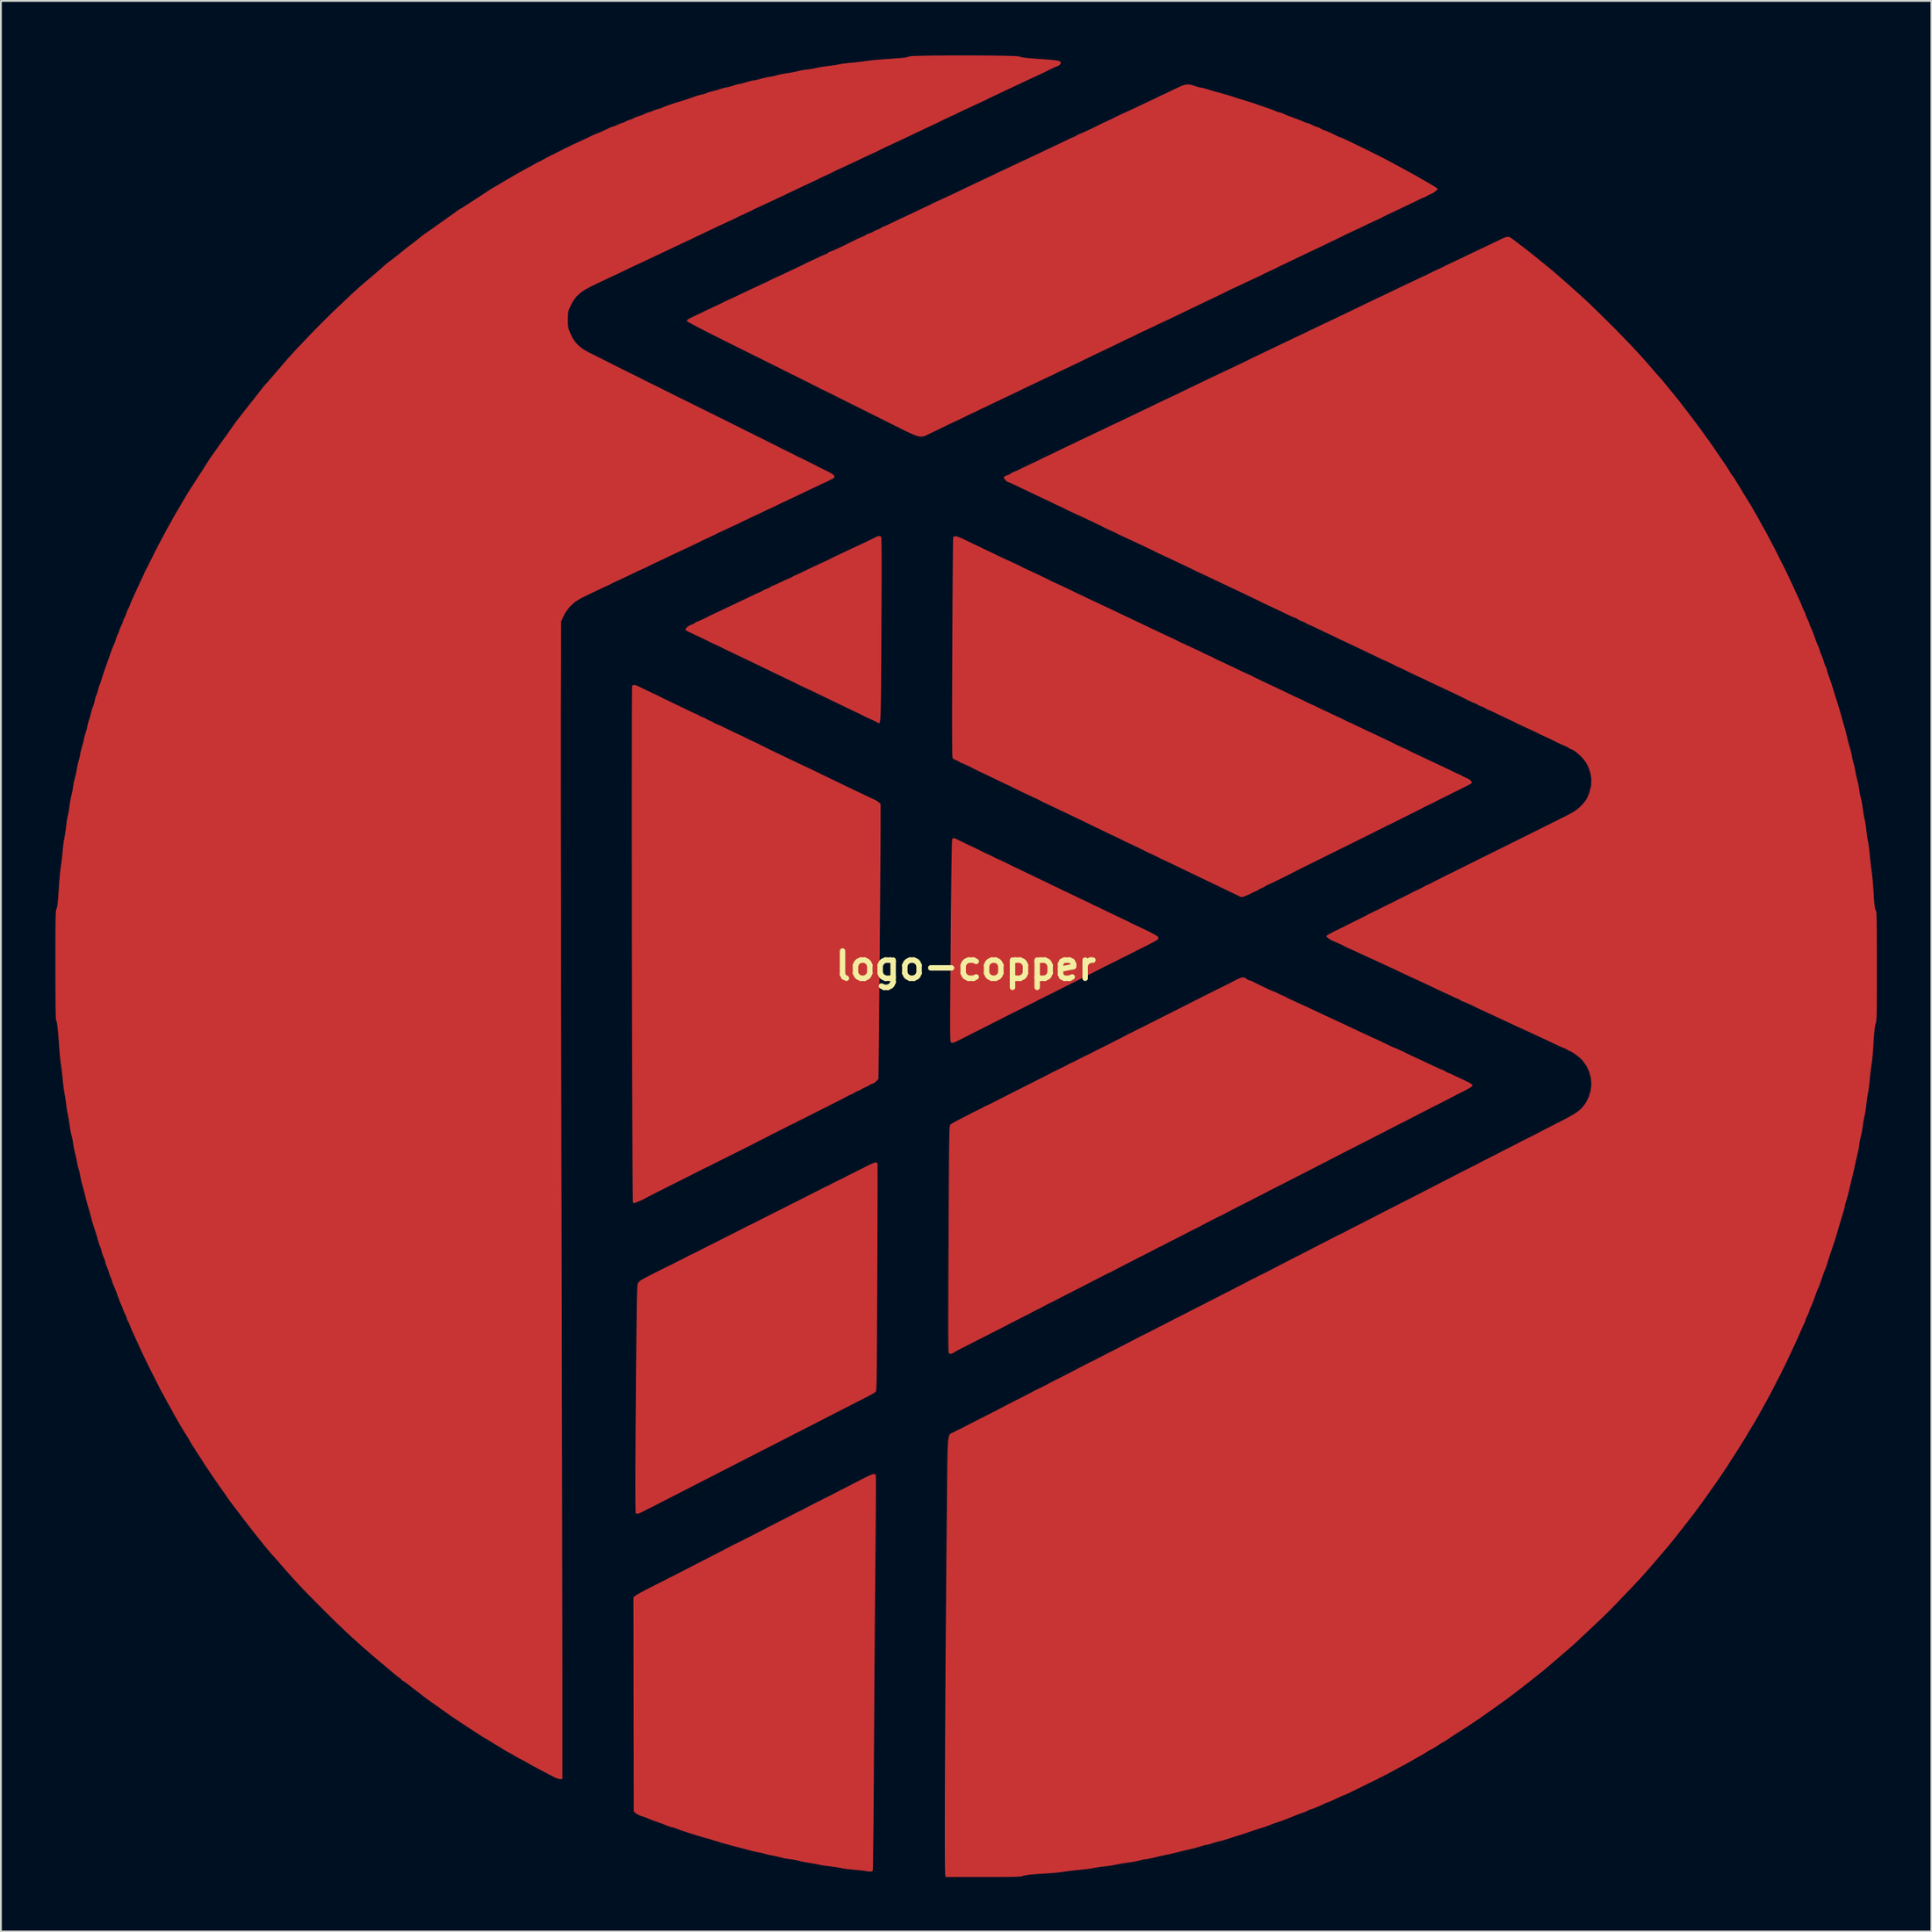
<source format=kicad_pcb>
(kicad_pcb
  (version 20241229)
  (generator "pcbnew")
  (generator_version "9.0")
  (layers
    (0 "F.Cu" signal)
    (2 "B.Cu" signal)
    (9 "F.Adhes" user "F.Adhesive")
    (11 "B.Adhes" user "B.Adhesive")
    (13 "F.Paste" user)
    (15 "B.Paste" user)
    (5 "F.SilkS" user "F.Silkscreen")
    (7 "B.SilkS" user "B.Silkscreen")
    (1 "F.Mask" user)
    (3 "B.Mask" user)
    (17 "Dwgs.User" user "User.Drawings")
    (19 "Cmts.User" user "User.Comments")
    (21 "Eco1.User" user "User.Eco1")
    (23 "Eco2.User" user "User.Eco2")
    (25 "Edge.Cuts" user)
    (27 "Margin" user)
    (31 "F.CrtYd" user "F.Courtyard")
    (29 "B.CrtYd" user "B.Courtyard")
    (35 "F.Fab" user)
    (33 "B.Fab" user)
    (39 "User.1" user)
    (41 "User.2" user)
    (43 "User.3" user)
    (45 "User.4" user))
  (footprint "logo-copper"
    (layer "F.Cu")
    (at 50.114 50.121)
    (property "Reference" "logo-copper" (at 0 0 0) (layer "F.SilkS") (effects (font (size 1.5 1.5) (thickness 0.3))))
    (attr board_only exclude_from_pos_files exclude_from_bom)
    (fp_poly (pts (xy -4.671 -23.632) (xy -4.658 -23.619) (xy -4.652 -23.592) (xy -4.647 -23.525) (xy -4.643 -23.415) (xy -4.639 -23.26) (xy -4.636 -23.058) (xy -4.634 -22.806) (xy -4.633 -22.502) (xy -4.632 -22.143) (xy -4.632 -21.728) (xy -4.633 -21.252) (xy -4.635 -20.715) (xy -4.637 -20.114) (xy -4.64 -19.445) (xy -4.644 -18.708) (xy -4.645 -18.514) (xy -4.649 -17.797) (xy -4.653 -17.148) (xy -4.656 -16.564) (xy -4.659 -16.042) (xy -4.662 -15.579) (xy -4.666 -15.172) (xy -4.67 -14.816) (xy -4.674 -14.509) (xy -4.679 -14.246) (xy -4.685 -14.026) (xy -4.692 -13.844) (xy -4.699 -13.696) (xy -4.708 -13.581) (xy -4.719 -13.494) (xy -4.731 -13.431) (xy -4.745 -13.39) (xy -4.76 -13.367) (xy -4.778 -13.359) (xy -4.798 -13.362) (xy -4.82 -13.372) (xy -4.844 -13.388) (xy -4.871 -13.404) (xy -4.945 -13.443) (xy -5.063 -13.5) (xy -5.204 -13.565) (xy -5.25 -13.586) (xy -5.388 -13.649) (xy -5.507 -13.704) (xy -5.586 -13.742) (xy -5.601 -13.749) (xy -5.691 -13.796) (xy -5.728 -13.815) (xy -5.783 -13.843) (xy -5.889 -13.894) (xy -6.031 -13.962) (xy -6.193 -14.04) (xy -6.206 -14.046) (xy -6.382 -14.13) (xy -6.601 -14.235) (xy -6.843 -14.351) (xy -7.085 -14.468) (xy -7.234 -14.54) (xy -7.595 -14.714) (xy -7.899 -14.861) (xy -8.153 -14.983) (xy -8.365 -15.085) (xy -8.542 -15.169) (xy -8.691 -15.24) (xy -8.82 -15.3) (xy -8.93 -15.351) (xy -9.07 -15.416) (xy -9.191 -15.474) (xy -9.274 -15.515) (xy -9.29 -15.523) (xy -9.347 -15.553) (xy -9.403 -15.582) (xy -9.473 -15.616) (xy -9.57 -15.663) (xy -9.706 -15.728) (xy -9.886 -15.814) (xy -10.064 -15.899) (xy -10.285 -16.005) (xy -10.527 -16.121) (xy -10.767 -16.237) (xy -10.896 -16.3) (xy -11.232 -16.462) (xy -11.573 -16.627) (xy -11.932 -16.799) (xy -12.325 -16.987) (xy -12.766 -17.198) (xy -12.844 -17.235) (xy -13.031 -17.324) (xy -13.165 -17.388) (xy -13.26 -17.434) (xy -13.329 -17.468) (xy -13.385 -17.497) (xy -13.44 -17.526) (xy -13.505 -17.558) (xy -13.615 -17.611) (xy -13.751 -17.674) (xy -13.8 -17.696) (xy -13.939 -17.76) (xy -14.058 -17.816) (xy -14.137 -17.854) (xy -14.152 -17.862) (xy -14.242 -17.909) (xy -14.278 -17.929) (xy -14.34 -17.959) (xy -14.446 -18.01) (xy -14.578 -18.072) (xy -14.612 -18.088) (xy -14.872 -18.21) (xy -15.073 -18.305) (xy -15.223 -18.376) (xy -15.327 -18.429) (xy -15.394 -18.465) (xy -15.43 -18.49) (xy -15.442 -18.505) (xy -15.442 -18.506) (xy -15.411 -18.579) (xy -15.331 -18.66) (xy -15.22 -18.734) (xy -15.12 -18.779) (xy -15.009 -18.822) (xy -14.924 -18.868) (xy -14.899 -18.89) (xy -14.844 -18.934) (xy -14.818 -18.942) (xy -14.772 -18.956) (xy -14.678 -18.995) (xy -14.553 -19.05) (xy -14.414 -19.114) (xy -14.278 -19.18) (xy -14.17 -19.234) (xy -14.081 -19.28) (xy -14.044 -19.299) (xy -13.983 -19.329) (xy -13.877 -19.38) (xy -13.744 -19.442) (xy -13.692 -19.466) (xy -13.529 -19.542) (xy -13.333 -19.635) (xy -13.134 -19.729) (xy -13.043 -19.772) (xy -12.851 -19.863) (xy -12.628 -19.969) (xy -12.407 -20.074) (xy -12.285 -20.132) (xy -12.099 -20.22) (xy -11.906 -20.312) (xy -11.734 -20.394) (xy -11.633 -20.442) (xy -11.509 -20.501) (xy -11.41 -20.544) (xy -11.355 -20.565) (xy -11.35 -20.565) (xy -11.304 -20.584) (xy -11.23 -20.63) (xy -11.226 -20.632) (xy -11.127 -20.688) (xy -11.006 -20.739) (xy -10.986 -20.746) (xy -10.87 -20.793) (xy -10.77 -20.849) (xy -10.756 -20.859) (xy -10.683 -20.907) (xy -10.633 -20.926) (xy -10.588 -20.941) (xy -10.492 -20.982) (xy -10.359 -21.043) (xy -10.203 -21.117) (xy -10.196 -21.121) (xy -10.033 -21.199) (xy -9.886 -21.266) (xy -9.771 -21.317) (xy -9.705 -21.342) (xy -9.609 -21.383) (xy -9.519 -21.436) (xy -9.444 -21.483) (xy -9.394 -21.503) (xy -9.393 -21.503) (xy -9.351 -21.518) (xy -9.257 -21.559) (xy -9.126 -21.62) (xy -8.969 -21.695) (xy -8.948 -21.706) (xy -8.764 -21.796) (xy -8.604 -21.873) (xy -8.449 -21.947) (xy -8.282 -22.025) (xy -8.084 -22.116) (xy -7.847 -22.225) (xy -7.7 -22.293) (xy -7.595 -22.342) (xy -7.508 -22.385) (xy -7.416 -22.433) (xy -7.405 -22.438) (xy -7.346 -22.468) (xy -7.236 -22.521) (xy -7.087 -22.592) (xy -6.915 -22.674) (xy -6.732 -22.761) (xy -6.551 -22.847) (xy -6.388 -22.923) (xy -6.26 -22.983) (xy -5.913 -23.145) (xy -5.612 -23.286) (xy -5.363 -23.405) (xy -5.169 -23.499) (xy -5.035 -23.566) (xy -5.01 -23.579) (xy -4.857 -23.647) (xy -4.747 -23.665)) (stroke (width 0) (type solid)) (fill yes) (layer "F.Cu"))
    (fp_poly (pts (xy -0.624 -7.027) (xy -0.514 -6.985) (xy -0.438 -6.947) (xy -0.343 -6.899) (xy -0.2 -6.829) (xy -0.027 -6.745) (xy 0.157 -6.657) (xy 0.198 -6.638) (xy 0.395 -6.545) (xy 0.539 -6.477) (xy 0.642 -6.427) (xy 0.717 -6.391) (xy 0.775 -6.361) (xy 0.83 -6.332) (xy 0.848 -6.322) (xy 0.913 -6.29) (xy 1.024 -6.237) (xy 1.159 -6.174) (xy 1.209 -6.151) (xy 1.346 -6.087) (xy 1.462 -6.032) (xy 1.537 -5.993) (xy 1.551 -5.985) (xy 1.62 -5.949) (xy 1.717 -5.904) (xy 1.732 -5.897) (xy 1.84 -5.849) (xy 1.981 -5.784) (xy 2.133 -5.713) (xy 2.272 -5.647) (xy 2.376 -5.595) (xy 2.399 -5.583) (xy 2.44 -5.562) (xy 2.482 -5.54) (xy 2.537 -5.513) (xy 2.615 -5.475) (xy 2.73 -5.42) (xy 2.892 -5.343) (xy 2.995 -5.294) (xy 3.208 -5.191) (xy 3.451 -5.075) (xy 3.688 -4.961) (xy 3.824 -4.895) (xy 3.995 -4.813) (xy 4.154 -4.738) (xy 4.283 -4.677) (xy 4.365 -4.639) (xy 4.366 -4.639) (xy 4.464 -4.593) (xy 4.539 -4.554) (xy 4.546 -4.549) (xy 4.602 -4.519) (xy 4.706 -4.469) (xy 4.837 -4.407) (xy 4.889 -4.383) (xy 5.026 -4.319) (xy 5.142 -4.264) (xy 5.217 -4.225) (xy 5.232 -4.217) (xy 5.3 -4.181) (xy 5.397 -4.136) (xy 5.412 -4.13) (xy 5.497 -4.091) (xy 5.627 -4.03) (xy 5.782 -3.956) (xy 5.899 -3.899) (xy 6.086 -3.809) (xy 6.286 -3.713) (xy 6.47 -3.626) (xy 6.548 -3.59) (xy 6.685 -3.526) (xy 6.801 -3.47) (xy 6.877 -3.432) (xy 6.891 -3.424) (xy 6.96 -3.387) (xy 7.057 -3.341) (xy 7.072 -3.335) (xy 7.153 -3.297) (xy 7.282 -3.237) (xy 7.44 -3.161) (xy 7.61 -3.078) (xy 7.613 -3.077) (xy 7.82 -2.977) (xy 8.05 -2.866) (xy 8.272 -2.76) (xy 8.407 -2.697) (xy 8.61 -2.601) (xy 8.759 -2.53) (xy 8.867 -2.478) (xy 8.945 -2.439) (xy 9.005 -2.409) (xy 9.038 -2.391) (xy 9.106 -2.356) (xy 9.217 -2.303) (xy 9.345 -2.243) (xy 9.684 -2.084) (xy 9.975 -1.943) (xy 10.214 -1.823) (xy 10.397 -1.724) (xy 10.521 -1.649) (xy 10.583 -1.6) (xy 10.589 -1.59) (xy 10.596 -1.508) (xy 10.589 -1.475) (xy 10.552 -1.445) (xy 10.459 -1.389) (xy 10.321 -1.312) (xy 10.146 -1.218) (xy 9.943 -1.113) (xy 9.821 -1.052) (xy 9.603 -0.943) (xy 9.401 -0.842) (xy 9.228 -0.754) (xy 9.093 -0.686) (xy 9.006 -0.641) (xy 8.984 -0.63) (xy 8.886 -0.579) (xy 8.776 -0.525) (xy 8.776 -0.525) (xy 8.612 -0.446) (xy 8.498 -0.391) (xy 8.418 -0.349) (xy 8.356 -0.315) (xy 8.334 -0.302) (xy 8.237 -0.251) (xy 8.124 -0.198) (xy 8.118 -0.196) (xy 8.019 -0.151) (xy 7.944 -0.111) (xy 7.938 -0.107) (xy 7.869 -0.069) (xy 7.772 -0.023) (xy 7.757 -0.016) (xy 7.645 0.035) (xy 7.546 0.087) (xy 7.541 0.09) (xy 7.49 0.117) (xy 7.381 0.173) (xy 7.223 0.254) (xy 7.023 0.356) (xy 6.787 0.475) (xy 6.523 0.608) (xy 6.239 0.751) (xy 6.115 0.813) (xy 5.827 0.958) (xy 5.557 1.094) (xy 5.313 1.218) (xy 5.102 1.324) (xy 4.931 1.411) (xy 4.807 1.474) (xy 4.738 1.51) (xy 4.726 1.517) (xy 4.658 1.552) (xy 4.56 1.597) (xy 4.546 1.603) (xy 4.434 1.655) (xy 4.334 1.708) (xy 4.33 1.711) (xy 4.233 1.764) (xy 4.12 1.817) (xy 4.113 1.82) (xy 4.015 1.865) (xy 3.94 1.905) (xy 3.933 1.909) (xy 3.891 1.934) (xy 3.827 1.968) (xy 3.728 2.017) (xy 3.582 2.088) (xy 3.482 2.137) (xy 3.38 2.187) (xy 3.3 2.229) (xy 3.283 2.238) (xy 3.229 2.267) (xy 3.127 2.318) (xy 2.992 2.385) (xy 2.886 2.437) (xy 2.739 2.509) (xy 2.612 2.572) (xy 2.522 2.617) (xy 2.489 2.634) (xy 2.446 2.657) (xy 2.346 2.708) (xy 2.195 2.785) (xy 2.001 2.884) (xy 1.771 3.001) (xy 1.512 3.132) (xy 1.23 3.275) (xy 1.093 3.344) (xy 0.798 3.493) (xy 0.519 3.634) (xy 0.262 3.764) (xy 0.035 3.879) (xy -0.153 3.975) (xy -0.296 4.047) (xy -0.385 4.092) (xy -0.405 4.102) (xy -0.562 4.179) (xy -0.671 4.221) (xy -0.747 4.231) (xy -0.802 4.214) (xy -0.814 4.206) (xy -0.823 4.197) (xy -0.83 4.181) (xy -0.837 4.155) (xy -0.843 4.115) (xy -0.848 4.057) (xy -0.852 3.979) (xy -0.855 3.877) (xy -0.858 3.748) (xy -0.86 3.588) (xy -0.861 3.394) (xy -0.861 3.163) (xy -0.861 2.891) (xy -0.86 2.574) (xy -0.858 2.21) (xy -0.856 1.796) (xy -0.852 1.326) (xy -0.849 0.8) (xy -0.844 0.212) (xy -0.839 -0.44) (xy -0.833 -1.16) (xy -0.831 -1.393) (xy -0.824 -2.202) (xy -0.817 -2.953) (xy -0.81 -3.643) (xy -0.803 -4.272) (xy -0.797 -4.839) (xy -0.79 -5.341) (xy -0.783 -5.78) (xy -0.777 -6.152) (xy -0.771 -6.458) (xy -0.765 -6.696) (xy -0.759 -6.865) (xy -0.753 -6.963) (xy -0.749 -6.99) (xy -0.698 -7.028)) (stroke (width 0) (type solid)) (fill yes) (layer "F.Cu"))
    (fp_poly (pts (xy -4.981 27.988) (xy -4.957 28.053) (xy -4.956 28.057) (xy -4.953 28.106) (xy -4.951 28.222) (xy -4.95 28.402) (xy -4.949 28.639) (xy -4.949 28.931) (xy -4.95 29.272) (xy -4.952 29.658) (xy -4.954 30.084) (xy -4.957 30.546) (xy -4.961 31.039) (xy -4.965 31.558) (xy -4.97 32.1) (xy -4.974 32.472) (xy -4.979 33.002) (xy -4.984 33.596) (xy -4.99 34.248) (xy -4.996 34.948) (xy -5.002 35.69) (xy -5.008 36.467) (xy -5.014 37.269) (xy -5.02 38.09) (xy -5.026 38.923) (xy -5.032 39.758) (xy -5.037 40.59) (xy -5.043 41.409) (xy -5.048 42.209) (xy -5.053 42.982) (xy -5.054 43.257) (xy -5.059 44.095) (xy -5.064 44.883) (xy -5.07 45.619) (xy -5.075 46.301) (xy -5.08 46.927) (xy -5.085 47.496) (xy -5.091 48.007) (xy -5.096 48.457) (xy -5.101 48.845) (xy -5.106 49.169) (xy -5.111 49.427) (xy -5.117 49.619) (xy -5.121 49.742) (xy -5.126 49.795) (xy -5.127 49.796) (xy -5.158 49.834) (xy -5.209 49.852) (xy -5.295 49.852) (xy -5.431 49.835) (xy -5.501 49.823) (xy -5.607 49.809) (xy -5.764 49.791) (xy -5.951 49.772) (xy -6.146 49.754) (xy -6.15 49.754) (xy -6.352 49.734) (xy -6.55 49.711) (xy -6.722 49.686) (xy -6.842 49.663) (xy -6.967 49.639) (xy -7.14 49.61) (xy -7.338 49.582) (xy -7.528 49.557) (xy -7.716 49.534) (xy -7.889 49.508) (xy -8.028 49.485) (xy -8.115 49.466) (xy -8.118 49.465) (xy -8.207 49.444) (xy -8.345 49.418) (xy -8.512 49.39) (xy -8.631 49.373) (xy -8.809 49.345) (xy -8.976 49.313) (xy -9.111 49.282) (xy -9.169 49.265) (xy -9.275 49.237) (xy -9.425 49.207) (xy -9.595 49.182) (xy -9.659 49.174) (xy -9.827 49.151) (xy -9.986 49.123) (xy -10.11 49.095) (xy -10.143 49.085) (xy -10.247 49.055) (xy -10.395 49.02) (xy -10.559 48.987) (xy -10.607 48.978) (xy -10.772 48.947) (xy -10.927 48.912) (xy -11.046 48.88) (xy -11.071 48.872) (xy -11.2 48.835) (xy -11.348 48.804) (xy -11.389 48.798) (xy -11.508 48.777) (xy -11.665 48.742) (xy -11.833 48.7) (xy -11.87 48.689) (xy -12.044 48.642) (xy -12.223 48.594) (xy -12.373 48.555) (xy -12.393 48.55) (xy -12.927 48.412) (xy -13.396 48.282) (xy -13.796 48.161) (xy -13.837 48.147) (xy -13.983 48.102) (xy -14.147 48.054) (xy -14.215 48.035) (xy -14.385 47.987) (xy -14.597 47.925) (xy -14.826 47.857) (xy -15.045 47.789) (xy -15.162 47.752) (xy -15.384 47.68) (xy -15.557 47.623) (xy -15.701 47.572) (xy -15.837 47.522) (xy -15.903 47.496) (xy -16.027 47.451) (xy -16.13 47.42) (xy -16.187 47.409) (xy -16.25 47.395) (xy -16.354 47.361) (xy -16.448 47.324) (xy -16.545 47.284) (xy -16.64 47.247) (xy -16.75 47.206) (xy -16.888 47.156) (xy -17.07 47.092) (xy -17.21 47.043) (xy -17.337 46.996) (xy -17.449 46.949) (xy -17.499 46.925) (xy -17.582 46.888) (xy -17.705 46.845) (xy -17.811 46.813) (xy -17.953 46.763) (xy -18.084 46.698) (xy -18.154 46.651) (xy -18.274 46.551) (xy -18.284 40.65) (xy -18.294 34.75) (xy -18.167 34.653) (xy -18.098 34.608) (xy -17.975 34.538) (xy -17.811 34.448) (xy -17.616 34.345) (xy -17.401 34.234) (xy -17.309 34.187) (xy -17.092 34.077) (xy -16.891 33.975) (xy -16.716 33.886) (xy -16.579 33.816) (xy -16.491 33.771) (xy -16.47 33.76) (xy -16.356 33.7) (xy -16.254 33.65) (xy -16.187 33.618) (xy -16.069 33.558) (xy -15.912 33.478) (xy -15.73 33.384) (xy -15.568 33.301) (xy -15.353 33.19) (xy -15.094 33.057) (xy -14.813 32.912) (xy -14.531 32.767) (xy -14.268 32.633) (xy -14.243 32.62) (xy -14 32.495) (xy -13.753 32.368) (xy -13.516 32.246) (xy -13.307 32.137) (xy -13.142 32.05) (xy -13.106 32.031) (xy -12.951 31.949) (xy -12.816 31.879) (xy -12.715 31.827) (xy -12.664 31.801) (xy -12.498 31.725) (xy -12.386 31.672) (xy -12.313 31.635) (xy -12.269 31.608) (xy -12.267 31.607) (xy -12.199 31.569) (xy -12.102 31.522) (xy -12.087 31.515) (xy -12.014 31.48) (xy -11.89 31.418) (xy -11.729 31.336) (xy -11.544 31.24) (xy -11.383 31.157) (xy -11.142 31.031) (xy -10.871 30.891) (xy -10.598 30.751) (xy -10.35 30.624) (xy -10.265 30.581) (xy -10.078 30.486) (xy -9.907 30.399) (xy -9.767 30.326) (xy -9.669 30.274) (xy -9.633 30.255) (xy -9.568 30.219) (xy -9.486 30.176) (xy -9.371 30.119) (xy -9.21 30.041) (xy -9.146 30.01) (xy -9.044 29.96) (xy -8.964 29.918) (xy -8.948 29.909) (xy -8.892 29.879) (xy -8.785 29.823) (xy -8.639 29.748) (xy -8.469 29.66) (xy -8.286 29.566) (xy -8.103 29.473) (xy -7.935 29.388) (xy -7.793 29.316) (xy -7.691 29.265) (xy -7.659 29.25) (xy -7.547 29.195) (xy -7.446 29.143) (xy -7.432 29.136) (xy -7.371 29.103) (xy -7.258 29.045) (xy -7.106 28.967) (xy -6.928 28.875) (xy -6.783 28.801) (xy -6.549 28.681) (xy -6.289 28.548) (xy -6.03 28.414) (xy -5.8 28.295) (xy -5.731 28.259) (xy -5.55 28.167) (xy -5.38 28.086) (xy -5.238 28.024) (xy -5.138 27.986) (xy -5.111 27.978) (xy -5.024 27.968)) (stroke (width 0) (type solid)) (fill yes) (layer "F.Cu"))
    (fp_poly (pts (xy -4.886 10.833) (xy -4.862 10.869) (xy -4.861 10.87) (xy -4.86 10.911) (xy -4.858 11.019) (xy -4.858 11.193) (xy -4.857 11.427) (xy -4.857 11.719) (xy -4.857 12.064) (xy -4.857 12.459) (xy -4.858 12.901) (xy -4.859 13.385) (xy -4.861 13.908) (xy -4.862 14.466) (xy -4.864 15.055) (xy -4.867 15.672) (xy -4.869 16.313) (xy -4.872 16.974) (xy -4.873 17.155) (xy -4.876 17.941) (xy -4.88 18.659) (xy -4.883 19.311) (xy -4.886 19.9) (xy -4.888 20.429) (xy -4.891 20.903) (xy -4.894 21.324) (xy -4.897 21.694) (xy -4.899 22.019) (xy -4.902 22.3) (xy -4.906 22.54) (xy -4.909 22.744) (xy -4.913 22.914) (xy -4.917 23.053) (xy -4.921 23.164) (xy -4.926 23.252) (xy -4.932 23.318) (xy -4.937 23.367) (xy -4.944 23.401) (xy -4.951 23.424) (xy -4.959 23.438) (xy -4.968 23.447) (xy -4.972 23.451) (xy -5.018 23.484) (xy -5.076 23.522) (xy -5.153 23.567) (xy -5.258 23.625) (xy -5.398 23.699) (xy -5.582 23.794) (xy -5.817 23.914) (xy -6.007 24.011) (xy -6.266 24.143) (xy -6.566 24.297) (xy -6.884 24.459) (xy -7.196 24.619) (xy -7.48 24.765) (xy -7.523 24.787) (xy -7.806 24.932) (xy -8.126 25.096) (xy -8.458 25.267) (xy -8.779 25.431) (xy -9.063 25.576) (xy -9.092 25.591) (xy -9.35 25.723) (xy -9.624 25.863) (xy -9.896 26.003) (xy -10.146 26.131) (xy -10.355 26.239) (xy -10.4 26.262) (xy -10.589 26.359) (xy -10.767 26.45) (xy -10.917 26.527) (xy -11.027 26.582) (xy -11.067 26.601) (xy -11.179 26.656) (xy -11.279 26.708) (xy -11.293 26.715) (xy -11.343 26.742) (xy -11.432 26.788) (xy -11.562 26.856) (xy -11.738 26.946) (xy -11.961 27.06) (xy -12.235 27.201) (xy -12.563 27.369) (xy -12.949 27.567) (xy -13.396 27.795) (xy -13.458 27.827) (xy -13.737 27.97) (xy -14.028 28.119) (xy -14.317 28.267) (xy -14.587 28.405) (xy -14.822 28.526) (xy -14.991 28.612) (xy -15.208 28.724) (xy -15.467 28.857) (xy -15.748 29.001) (xy -16.03 29.145) (xy -16.291 29.279) (xy -16.308 29.287) (xy -16.525 29.398) (xy -16.725 29.501) (xy -16.897 29.589) (xy -17.031 29.658) (xy -17.117 29.703) (xy -17.138 29.714) (xy -17.239 29.766) (xy -17.336 29.813) (xy -17.418 29.854) (xy -17.541 29.916) (xy -17.683 29.99) (xy -17.729 30.013) (xy -17.901 30.099) (xy -18.023 30.146) (xy -18.104 30.159) (xy -18.155 30.138) (xy -18.171 30.118) (xy -18.177 30.073) (xy -18.181 29.957) (xy -18.185 29.773) (xy -18.188 29.523) (xy -18.19 29.209) (xy -18.191 28.834) (xy -18.191 28.398) (xy -18.19 27.905) (xy -18.188 27.357) (xy -18.185 26.754) (xy -18.182 26.1) (xy -18.177 25.397) (xy -18.172 24.646) (xy -18.165 23.85) (xy -18.158 23.01) (xy -18.15 22.129) (xy -18.144 21.539) (xy -18.138 20.916) (xy -18.132 20.36) (xy -18.127 19.868) (xy -18.122 19.437) (xy -18.117 19.061) (xy -18.112 18.737) (xy -18.108 18.461) (xy -18.103 18.229) (xy -18.098 18.037) (xy -18.092 17.881) (xy -18.086 17.756) (xy -18.08 17.659) (xy -18.073 17.586) (xy -18.065 17.532) (xy -18.057 17.494) (xy -18.048 17.467) (xy -18.046 17.462) (xy -18.021 17.42) (xy -17.985 17.378) (xy -17.929 17.333) (xy -17.845 17.279) (xy -17.726 17.21) (xy -17.562 17.123) (xy -17.347 17.011) (xy -17.192 16.933) (xy -16.967 16.819) (xy -16.76 16.714) (xy -16.58 16.624) (xy -16.437 16.553) (xy -16.342 16.507) (xy -16.308 16.491) (xy -16.204 16.443) (xy -16.128 16.403) (xy -16.055 16.365) (xy -15.939 16.305) (xy -15.797 16.234) (xy -15.731 16.201) (xy -15.585 16.129) (xy -15.455 16.062) (xy -15.36 16.011) (xy -15.334 15.997) (xy -15.237 15.945) (xy -15.124 15.893) (xy -15.117 15.89) (xy -15.019 15.846) (xy -14.944 15.808) (xy -14.937 15.804) (xy -14.894 15.781) (xy -14.793 15.73) (xy -14.642 15.653) (xy -14.448 15.554) (xy -14.218 15.438) (xy -13.959 15.307) (xy -13.677 15.166) (xy -13.548 15.101) (xy -13.257 14.955) (xy -12.984 14.817) (xy -12.736 14.691) (xy -12.519 14.582) (xy -12.343 14.492) (xy -12.213 14.425) (xy -12.137 14.386) (xy -12.123 14.378) (xy -12.026 14.327) (xy -11.914 14.273) (xy -11.906 14.269) (xy -11.578 14.111) (xy -11.473 14.056) (xy -11.425 14.031) (xy -11.318 13.976) (xy -11.159 13.896) (xy -10.955 13.792) (xy -10.711 13.669) (xy -10.435 13.53) (xy -10.131 13.377) (xy -9.808 13.214) (xy -9.651 13.135) (xy -9.322 12.969) (xy -9.011 12.812) (xy -8.725 12.667) (xy -8.469 12.538) (xy -8.251 12.427) (xy -8.075 12.338) (xy -7.949 12.273) (xy -7.878 12.236) (xy -7.865 12.229) (xy -7.797 12.194) (xy -7.699 12.15) (xy -7.685 12.144) (xy -7.573 12.092) (xy -7.473 12.04) (xy -7.468 12.037) (xy -7.367 11.981) (xy -7.27 11.933) (xy -7.169 11.884) (xy -7.09 11.842) (xy -7.007 11.799) (xy -6.902 11.751) (xy -6.891 11.747) (xy -6.779 11.695) (xy -6.68 11.643) (xy -6.675 11.64) (xy -6.574 11.584) (xy -6.476 11.535) (xy -6.412 11.503) (xy -6.295 11.445) (xy -6.136 11.365) (xy -5.948 11.27) (xy -5.74 11.165) (xy -5.683 11.136) (xy -5.436 11.012) (xy -5.244 10.92) (xy -5.101 10.859) (xy -4.998 10.826) (xy -4.929 10.818)) (stroke (width 0) (type solid)) (fill yes) (layer "F.Cu"))
    (fp_poly (pts (xy -18.193 -15.459) (xy -18.072 -15.413) (xy -17.932 -15.347) (xy -17.787 -15.277) (xy -17.602 -15.189) (xy -17.404 -15.094) (xy -17.246 -15.019) (xy -17.083 -14.941) (xy -16.939 -14.872) (xy -16.83 -14.82) (xy -16.77 -14.79) (xy -16.768 -14.789) (xy -16.678 -14.743) (xy -16.642 -14.723) (xy -16.586 -14.696) (xy -16.48 -14.644) (xy -16.338 -14.576) (xy -16.176 -14.499) (xy -16.164 -14.493) (xy -15.96 -14.395) (xy -15.723 -14.281) (xy -15.483 -14.166) (xy -15.295 -14.075) (xy -15.13 -13.995) (xy -14.987 -13.928) (xy -14.88 -13.88) (xy -14.821 -13.856) (xy -14.814 -13.855) (xy -14.768 -13.835) (xy -14.694 -13.789) (xy -14.688 -13.785) (xy -14.583 -13.726) (xy -14.484 -13.689) (xy -14.375 -13.649) (xy -14.28 -13.595) (xy -14.172 -13.533) (xy -14.064 -13.487) (xy -13.952 -13.437) (xy -13.859 -13.38) (xy -13.783 -13.332) (xy -13.727 -13.313) (xy -13.679 -13.298) (xy -13.58 -13.256) (xy -13.446 -13.195) (xy -13.291 -13.12) (xy -13.29 -13.119) (xy -12.949 -12.952) (xy -12.662 -12.815) (xy -12.421 -12.704) (xy -12.375 -12.683) (xy -12.264 -12.631) (xy -12.165 -12.581) (xy -12.159 -12.578) (xy -12.05 -12.523) (xy -11.902 -12.451) (xy -11.742 -12.375) (xy -11.597 -12.309) (xy -11.545 -12.287) (xy -11.447 -12.241) (xy -11.372 -12.201) (xy -11.365 -12.197) (xy -11.299 -12.16) (xy -11.2 -12.111) (xy -11.167 -12.095) (xy -11.059 -12.043) (xy -10.968 -11.998) (xy -10.95 -11.988) (xy -10.892 -11.958) (xy -10.783 -11.905) (xy -10.637 -11.834) (xy -10.468 -11.753) (xy -10.409 -11.725) (xy -10.194 -11.622) (xy -9.958 -11.51) (xy -9.73 -11.4) (xy -9.543 -11.311) (xy -9.363 -11.225) (xy -9.182 -11.139) (xy -9.025 -11.066) (xy -8.93 -11.022) (xy -8.824 -10.973) (xy -8.669 -10.9) (xy -8.482 -10.81) (xy -8.279 -10.712) (xy -8.136 -10.643) (xy -7.799 -10.479) (xy -7.447 -10.309) (xy -7.091 -10.137) (xy -6.74 -9.967) (xy -6.402 -9.805) (xy -6.086 -9.653) (xy -5.802 -9.517) (xy -5.558 -9.402) (xy -5.364 -9.31) (xy -5.268 -9.265) (xy -5.137 -9.204) (xy -5.022 -9.151) (xy -4.949 -9.116) (xy -4.86 -9.062) (xy -4.777 -8.996) (xy -4.69 -8.915) (xy -4.691 -7.768) (xy -4.692 -7.545) (xy -4.693 -7.255) (xy -4.694 -6.904) (xy -4.697 -6.498) (xy -4.7 -6.041) (xy -4.703 -5.541) (xy -4.707 -5.001) (xy -4.711 -4.428) (xy -4.715 -3.828) (xy -4.72 -3.205) (xy -4.725 -2.566) (xy -4.73 -1.916) (xy -4.736 -1.26) (xy -4.741 -0.604) (xy -4.747 0.046) (xy -4.752 0.685) (xy -4.758 1.307) (xy -4.764 1.907) (xy -4.769 2.479) (xy -4.774 3.017) (xy -4.78 3.517) (xy -4.784 3.947) (xy -4.809 6.215) (xy -4.914 6.334) (xy -5.004 6.415) (xy -5.1 6.469) (xy -5.123 6.476) (xy -5.233 6.517) (xy -5.311 6.563) (xy -5.406 6.621) (xy -5.513 6.668) (xy -5.629 6.718) (xy -5.729 6.777) (xy -5.828 6.835) (xy -5.917 6.873) (xy -6.017 6.915) (xy -6.097 6.962) (xy -6.196 7.018) (xy -6.309 7.07) (xy -6.314 7.071) (xy -6.41 7.113) (xy -6.48 7.151) (xy -6.486 7.155) (xy -6.528 7.179) (xy -6.627 7.231) (xy -6.775 7.308) (xy -6.965 7.405) (xy -7.188 7.518) (xy -7.437 7.644) (xy -7.659 7.755) (xy -7.925 7.889) (xy -8.173 8.014) (xy -8.395 8.126) (xy -8.582 8.221) (xy -8.727 8.295) (xy -8.822 8.344) (xy -8.858 8.362) (xy -8.94 8.406) (xy -9.044 8.455) (xy -9.056 8.46) (xy -9.167 8.513) (xy -9.267 8.566) (xy -9.272 8.569) (xy -9.369 8.621) (xy -9.481 8.675) (xy -9.489 8.678) (xy -9.733 8.793) (xy -9.922 8.894) (xy -10.018 8.945) (xy -10.131 8.999) (xy -10.138 9.002) (xy -10.236 9.048) (xy -10.312 9.089) (xy -10.319 9.094) (xy -10.387 9.132) (xy -10.485 9.178) (xy -10.499 9.184) (xy -10.611 9.236) (xy -10.71 9.289) (xy -10.716 9.292) (xy -10.784 9.329) (xy -10.9 9.39) (xy -11.046 9.464) (xy -11.167 9.525) (xy -11.318 9.601) (xy -11.448 9.668) (xy -11.542 9.717) (xy -11.582 9.739) (xy -11.626 9.762) (xy -11.727 9.814) (xy -11.876 9.889) (xy -12.067 9.985) (xy -12.291 10.097) (xy -12.539 10.222) (xy -12.736 10.32) (xy -13 10.452) (xy -13.247 10.575) (xy -13.468 10.685) (xy -13.655 10.779) (xy -13.8 10.852) (xy -13.895 10.9) (xy -13.927 10.917) (xy -14.025 10.967) (xy -14.134 11.021) (xy -14.134 11.021) (xy -14.255 11.078) (xy -14.369 11.132) (xy -14.478 11.186) (xy -14.576 11.237) (xy -14.576 11.237) (xy -14.626 11.263) (xy -14.734 11.317) (xy -14.892 11.397) (xy -15.095 11.499) (xy -15.334 11.62) (xy -15.604 11.755) (xy -15.897 11.903) (xy -16.164 12.036) (xy -16.47 12.19) (xy -16.758 12.335) (xy -17.02 12.468) (xy -17.25 12.586) (xy -17.441 12.684) (xy -17.587 12.76) (xy -17.681 12.81) (xy -17.715 12.831) (xy -17.766 12.858) (xy -17.861 12.902) (xy -17.98 12.952) (xy -18.102 13.001) (xy -18.205 13.04) (xy -18.269 13.06) (xy -18.277 13.061) (xy -18.302 13.033) (xy -18.322 12.998) (xy -18.325 12.956) (xy -18.328 12.845) (xy -18.331 12.669) (xy -18.334 12.428) (xy -18.337 12.128) (xy -18.34 11.771) (xy -18.343 11.359) (xy -18.346 10.896) (xy -18.349 10.385) (xy -18.351 9.828) (xy -18.354 9.229) (xy -18.356 8.591) (xy -18.359 7.916) (xy -18.361 7.208) (xy -18.364 6.47) (xy -18.366 5.704) (xy -18.368 4.914) (xy -18.37 4.103) (xy -18.372 3.273) (xy -18.374 2.428) (xy -18.376 1.57) (xy -18.377 0.703) (xy -18.379 -0.171) (xy -18.38 -1.049) (xy -18.382 -1.926) (xy -18.383 -2.802) (xy -18.384 -3.672) (xy -18.385 -4.533) (xy -18.385 -5.383) (xy -18.386 -6.219) (xy -18.386 -7.037) (xy -18.387 -7.835) (xy -18.387 -8.61) (xy -18.387 -9.358) (xy -18.386 -10.077) (xy -18.386 -10.764) (xy -18.385 -11.415) (xy -18.385 -12.028) (xy -18.384 -12.6) (xy -18.383 -13.128) (xy -18.381 -13.608) (xy -18.38 -14.039) (xy -18.378 -14.416) (xy -18.376 -14.737) (xy -18.374 -14.998) (xy -18.371 -15.198) (xy -18.369 -15.332) (xy -18.366 -15.399) (xy -18.365 -15.405) (xy -18.327 -15.454) (xy -18.274 -15.472)) (stroke (width 0) (type solid)) (fill yes) (layer "F.Cu"))
    (fp_poly (pts (xy -0.493 -23.642) (xy -0.349 -23.592) (xy -0.154 -23.506) (xy -0.08 -23.47) (xy 0.106 -23.38) (xy 0.294 -23.29) (xy 0.461 -23.21) (xy 0.577 -23.155) (xy 0.726 -23.086) (xy 0.828 -23.039) (xy 0.9 -23.003) (xy 0.961 -22.971) (xy 0.992 -22.955) (xy 1.057 -22.922) (xy 1.168 -22.869) (xy 1.304 -22.806) (xy 1.353 -22.784) (xy 1.49 -22.72) (xy 1.606 -22.665) (xy 1.682 -22.626) (xy 1.696 -22.618) (xy 1.77 -22.579) (xy 1.84 -22.547) (xy 1.925 -22.509) (xy 2.042 -22.455) (xy 2.111 -22.424) (xy 2.232 -22.367) (xy 2.388 -22.295) (xy 2.55 -22.221) (xy 2.58 -22.207) (xy 2.735 -22.136) (xy 2.843 -22.086) (xy 2.923 -22.047) (xy 2.993 -22.011) (xy 3.049 -21.981) (xy 3.115 -21.947) (xy 3.225 -21.894) (xy 3.359 -21.831) (xy 3.391 -21.816) (xy 3.628 -21.706) (xy 3.859 -21.598) (xy 4.075 -21.496) (xy 4.265 -21.405) (xy 4.419 -21.33) (xy 4.529 -21.276) (xy 4.582 -21.248) (xy 4.657 -21.208) (xy 4.726 -21.175) (xy 4.819 -21.134) (xy 4.969 -21.065) (xy 5.167 -20.972) (xy 5.406 -20.86) (xy 5.677 -20.731) (xy 5.972 -20.591) (xy 6.282 -20.442) (xy 6.44 -20.366) (xy 6.628 -20.276) (xy 6.825 -20.183) (xy 7.003 -20.099) (xy 7.108 -20.05) (xy 7.327 -19.947) (xy 7.604 -19.816) (xy 7.933 -19.661) (xy 8.306 -19.484) (xy 8.587 -19.35) (xy 8.765 -19.265) (xy 8.938 -19.184) (xy 9.085 -19.114) (xy 9.182 -19.068) (xy 9.284 -19.021) (xy 9.431 -18.95) (xy 9.606 -18.867) (xy 9.79 -18.779) (xy 9.814 -18.768) (xy 10.308 -18.532) (xy 10.754 -18.322) (xy 11.143 -18.14) (xy 11.239 -18.096) (xy 11.388 -18.026) (xy 11.492 -17.978) (xy 11.571 -17.939) (xy 11.646 -17.901) (xy 11.708 -17.869) (xy 11.775 -17.836) (xy 11.886 -17.784) (xy 12.017 -17.723) (xy 12.033 -17.716) (xy 12.187 -17.645) (xy 12.345 -17.572) (xy 12.465 -17.515) (xy 12.595 -17.454) (xy 12.721 -17.396) (xy 12.772 -17.374) (xy 12.87 -17.329) (xy 12.946 -17.29) (xy 12.953 -17.285) (xy 13.009 -17.255) (xy 13.112 -17.205) (xy 13.244 -17.143) (xy 13.295 -17.119) (xy 13.434 -17.055) (xy 13.552 -17) (xy 13.632 -16.962) (xy 13.647 -16.954) (xy 13.737 -16.908) (xy 13.773 -16.888) (xy 13.834 -16.859) (xy 13.941 -16.808) (xy 14.074 -16.746) (xy 14.125 -16.722) (xy 14.281 -16.65) (xy 14.474 -16.559) (xy 14.675 -16.463) (xy 14.811 -16.398) (xy 14.988 -16.313) (xy 15.163 -16.23) (xy 15.315 -16.159) (xy 15.406 -16.118) (xy 15.57 -16.044) (xy 15.682 -15.994) (xy 15.755 -15.96) (xy 15.803 -15.935) (xy 15.838 -15.915) (xy 15.839 -15.914) (xy 15.895 -15.884) (xy 16.011 -15.827) (xy 16.182 -15.745) (xy 16.402 -15.64) (xy 16.666 -15.515) (xy 16.968 -15.373) (xy 17.03 -15.345) (xy 17.177 -15.275) (xy 17.362 -15.187) (xy 17.559 -15.093) (xy 17.697 -15.026) (xy 17.877 -14.94) (xy 18.057 -14.855) (xy 18.215 -14.782) (xy 18.31 -14.738) (xy 18.444 -14.678) (xy 18.541 -14.633) (xy 18.631 -14.587) (xy 18.716 -14.543) (xy 18.777 -14.513) (xy 18.884 -14.462) (xy 19.017 -14.4) (xy 19.068 -14.376) (xy 19.221 -14.305) (xy 19.412 -14.215) (xy 19.615 -14.119) (xy 19.772 -14.044) (xy 20.086 -13.895) (xy 20.338 -13.776) (xy 20.531 -13.688) (xy 20.637 -13.641) (xy 20.727 -13.599) (xy 20.782 -13.569) (xy 20.838 -13.539) (xy 20.941 -13.488) (xy 21.072 -13.426) (xy 21.125 -13.402) (xy 21.278 -13.331) (xy 21.469 -13.241) (xy 21.672 -13.145) (xy 21.828 -13.072) (xy 22.006 -12.987) (xy 22.179 -12.905) (xy 22.326 -12.836) (xy 22.423 -12.79) (xy 22.72 -12.65) (xy 22.958 -12.538) (xy 23.147 -12.449) (xy 23.292 -12.38) (xy 23.403 -12.328) (xy 23.485 -12.288) (xy 23.547 -12.257) (xy 23.597 -12.232) (xy 23.641 -12.208) (xy 23.65 -12.204) (xy 23.715 -12.171) (xy 23.826 -12.119) (xy 23.962 -12.056) (xy 24.011 -12.033) (xy 24.151 -11.968) (xy 24.273 -11.911) (xy 24.356 -11.87) (xy 24.372 -11.862) (xy 24.439 -11.826) (xy 24.506 -11.792) (xy 24.591 -11.751) (xy 24.712 -11.694) (xy 24.823 -11.643) (xy 24.965 -11.577) (xy 25.148 -11.491) (xy 25.347 -11.397) (xy 25.526 -11.312) (xy 25.707 -11.226) (xy 25.882 -11.144) (xy 26.032 -11.074) (xy 26.137 -11.025) (xy 26.14 -11.024) (xy 26.244 -10.975) (xy 26.393 -10.905) (xy 26.566 -10.821) (xy 26.736 -10.738) (xy 26.895 -10.662) (xy 27.03 -10.599) (xy 27.13 -10.554) (xy 27.179 -10.536) (xy 27.181 -10.535) (xy 27.229 -10.517) (xy 27.304 -10.471) (xy 27.307 -10.47) (xy 27.399 -10.417) (xy 27.522 -10.361) (xy 27.574 -10.34) (xy 27.713 -10.27) (xy 27.811 -10.184) (xy 27.853 -10.094) (xy 27.853 -10.081) (xy 27.823 -10.049) (xy 27.741 -9.996) (xy 27.622 -9.93) (xy 27.538 -9.888) (xy 27.393 -9.818) (xy 27.266 -9.756) (xy 27.176 -9.71) (xy 27.15 -9.696) (xy 27.064 -9.652) (xy 26.969 -9.606) (xy 26.869 -9.558) (xy 26.789 -9.517) (xy 26.726 -9.484) (xy 26.617 -9.429) (xy 26.479 -9.36) (xy 26.392 -9.317) (xy 26.222 -9.234) (xy 26.103 -9.175) (xy 26.022 -9.135) (xy 25.966 -9.106) (xy 25.922 -9.083) (xy 25.887 -9.064) (xy 25.825 -9.032) (xy 25.716 -8.977) (xy 25.576 -8.908) (xy 25.472 -8.858) (xy 25.324 -8.786) (xy 25.197 -8.723) (xy 25.108 -8.677) (xy 25.075 -8.66) (xy 25.02 -8.631) (xy 24.918 -8.579) (xy 24.786 -8.513) (xy 24.714 -8.477) (xy 24.569 -8.405) (xy 24.439 -8.34) (xy 24.344 -8.291) (xy 24.318 -8.278) (xy 24.216 -8.226) (xy 24.119 -8.179) (xy 24.037 -8.14) (xy 23.914 -8.078) (xy 23.771 -8.006) (xy 23.722 -7.981) (xy 23.575 -7.906) (xy 23.436 -7.838) (xy 23.33 -7.788) (xy 23.307 -7.777) (xy 23.209 -7.732) (xy 23.134 -7.693) (xy 23.127 -7.688) (xy 23.087 -7.667) (xy 22.987 -7.617) (xy 22.832 -7.539) (xy 22.629 -7.438) (xy 22.381 -7.314) (xy 22.094 -7.171) (xy 21.773 -7.012) (xy 21.423 -6.838) (xy 21.049 -6.653) (xy 20.657 -6.459) (xy 20.619 -6.44) (xy 20.226 -6.245) (xy 19.85 -6.059) (xy 19.498 -5.885) (xy 19.174 -5.724) (xy 18.884 -5.58) (xy 18.632 -5.455) (xy 18.424 -5.351) (xy 18.265 -5.272) (xy 18.159 -5.219) (xy 18.113 -5.195) (xy 18.112 -5.195) (xy 18.037 -5.154) (xy 17.916 -5.091) (xy 17.761 -5.013) (xy 17.583 -4.924) (xy 17.393 -4.83) (xy 17.203 -4.737) (xy 17.023 -4.65) (xy 16.867 -4.575) (xy 16.744 -4.517) (xy 16.666 -4.482) (xy 16.644 -4.474) (xy 16.59 -4.454) (xy 16.52 -4.408) (xy 16.425 -4.349) (xy 16.313 -4.296) (xy 16.308 -4.294) (xy 16.208 -4.249) (xy 16.131 -4.202) (xy 16.125 -4.198) (xy 16.053 -4.154) (xy 15.953 -4.11) (xy 15.945 -4.108) (xy 15.833 -4.062) (xy 15.736 -4.01) (xy 15.734 -4.009) (xy 15.643 -3.959) (xy 15.522 -3.903) (xy 15.392 -3.851) (xy 15.277 -3.81) (xy 15.199 -3.791) (xy 15.189 -3.791) (xy 15.11 -3.809) (xy 15.081 -3.822) (xy 15.03 -3.848) (xy 14.928 -3.899) (xy 14.786 -3.967) (xy 14.62 -4.047) (xy 14.558 -4.077) (xy 14.343 -4.179) (xy 14.107 -4.293) (xy 13.879 -4.402) (xy 13.692 -4.492) (xy 13.486 -4.591) (xy 13.254 -4.702) (xy 13.032 -4.808) (xy 12.916 -4.863) (xy 12.758 -4.939) (xy 12.554 -5.037) (xy 12.323 -5.148) (xy 12.083 -5.264) (xy 11.888 -5.358) (xy 11.671 -5.462) (xy 11.459 -5.564) (xy 11.267 -5.656) (xy 11.11 -5.731) (xy 11.004 -5.78) (xy 10.855 -5.849) (xy 10.748 -5.901) (xy 10.66 -5.945) (xy 10.58 -5.987) (xy 10.52 -6.016) (xy 10.413 -6.067) (xy 10.279 -6.129) (xy 10.229 -6.152) (xy 10.089 -6.217) (xy 9.967 -6.274) (xy 9.884 -6.315) (xy 9.868 -6.323) (xy 9.763 -6.377) (xy 9.61 -6.453) (xy 9.428 -6.542) (xy 9.234 -6.634) (xy 9.047 -6.722) (xy 9.038 -6.726) (xy 8.885 -6.798) (xy 8.778 -6.848) (xy 8.698 -6.887) (xy 8.626 -6.924) (xy 8.569 -6.955) (xy 8.504 -6.987) (xy 8.393 -7.04) (xy 8.258 -7.103) (xy 8.208 -7.126) (xy 8.072 -7.19) (xy 7.891 -7.276) (xy 7.685 -7.375) (xy 7.472 -7.477) (xy 7.378 -7.523) (xy 7.12 -7.648) (xy 6.843 -7.782) (xy 6.558 -7.92) (xy 6.277 -8.056) (xy 6.011 -8.184) (xy 5.772 -8.298) (xy 5.572 -8.394) (xy 5.422 -8.465) (xy 5.394 -8.478) (xy 5.242 -8.55) (xy 5.066 -8.633) (xy 4.878 -8.722) (xy 4.689 -8.812) (xy 4.514 -8.895) (xy 4.364 -8.967) (xy 4.252 -9.021) (xy 4.19 -9.051) (xy 4.185 -9.053) (xy 4.109 -9.093) (xy 4.059 -9.12) (xy 3.994 -9.153) (xy 3.884 -9.206) (xy 3.748 -9.27) (xy 3.698 -9.293) (xy 3.447 -9.411) (xy 3.208 -9.523) (xy 2.99 -9.626) (xy 2.804 -9.716) (xy 2.657 -9.787) (xy 2.56 -9.835) (xy 2.526 -9.854) (xy 2.457 -9.89) (xy 2.36 -9.936) (xy 2.345 -9.942) (xy 2.26 -9.981) (xy 2.13 -10.042) (xy 1.975 -10.116) (xy 1.858 -10.173) (xy 1.682 -10.258) (xy 1.467 -10.361) (xy 1.241 -10.469) (xy 1.03 -10.57) (xy 1.028 -10.571) (xy 0.855 -10.653) (xy 0.702 -10.726) (xy 0.581 -10.784) (xy 0.508 -10.821) (xy 0.496 -10.827) (xy 0.407 -10.874) (xy 0.37 -10.893) (xy 0.255 -10.952) (xy 0.12 -11.017) (xy -0.018 -11.08) (xy -0.141 -11.134) (xy -0.233 -11.172) (xy -0.276 -11.185) (xy -0.332 -11.21) (xy -0.356 -11.233) (xy -0.415 -11.274) (xy -0.511 -11.315) (xy -0.54 -11.324) (xy -0.644 -11.371) (xy -0.718 -11.433) (xy -0.727 -11.447) (xy -0.732 -11.475) (xy -0.737 -11.537) (xy -0.742 -11.637) (xy -0.746 -11.776) (xy -0.749 -11.957) (xy -0.751 -12.184) (xy -0.753 -12.457) (xy -0.754 -12.78) (xy -0.755 -13.154) (xy -0.755 -13.584) (xy -0.755 -14.07) (xy -0.754 -14.616) (xy -0.752 -15.224) (xy -0.75 -15.897) (xy -0.747 -16.636) (xy -0.744 -17.445) (xy -0.743 -17.527) (xy -0.74 -18.181) (xy -0.737 -18.814) (xy -0.734 -19.425) (xy -0.731 -20.009) (xy -0.727 -20.563) (xy -0.724 -21.082) (xy -0.721 -21.563) (xy -0.717 -22.002) (xy -0.714 -22.395) (xy -0.711 -22.738) (xy -0.708 -23.029) (xy -0.705 -23.262) (xy -0.702 -23.434) (xy -0.7 -23.542) (xy -0.697 -23.581) (xy -0.659 -23.635) (xy -0.594 -23.655)) (stroke (width 0) (type solid)) (fill yes) (layer "F.Cu"))
    (fp_poly (pts (xy 15.345 0.647) (xy 15.422 0.688) (xy 15.471 0.724) (xy 15.55 0.774) (xy 15.613 0.794) (xy 15.674 0.81) (xy 15.771 0.85) (xy 15.834 0.881) (xy 15.986 0.959) (xy 16.159 1.045) (xy 16.341 1.133) (xy 16.519 1.218) (xy 16.681 1.294) (xy 16.815 1.355) (xy 16.908 1.394) (xy 16.947 1.407) (xy 16.998 1.423) (xy 17.09 1.464) (xy 17.18 1.509) (xy 17.296 1.568) (xy 17.397 1.614) (xy 17.445 1.633) (xy 17.531 1.668) (xy 17.607 1.708) (xy 17.652 1.733) (xy 17.714 1.765) (xy 17.801 1.807) (xy 17.923 1.865) (xy 18.089 1.941) (xy 18.307 2.042) (xy 18.419 2.093) (xy 18.572 2.163) (xy 18.718 2.23) (xy 18.871 2.301) (xy 19.046 2.383) (xy 19.26 2.483) (xy 19.465 2.58) (xy 19.646 2.665) (xy 19.821 2.747) (xy 19.971 2.817) (xy 20.076 2.865) (xy 20.078 2.866) (xy 20.307 2.971) (xy 20.588 3.102) (xy 20.926 3.26) (xy 21.322 3.447) (xy 21.702 3.626) (xy 21.856 3.698) (xy 22.052 3.789) (xy 22.268 3.888) (xy 22.478 3.984) (xy 22.64 4.057) (xy 22.748 4.107) (xy 22.898 4.179) (xy 23.069 4.261) (xy 23.199 4.325) (xy 23.351 4.398) (xy 23.48 4.458) (xy 23.572 4.497) (xy 23.612 4.51) (xy 23.655 4.525) (xy 23.75 4.566) (xy 23.885 4.628) (xy 24.045 4.704) (xy 24.099 4.73) (xy 24.285 4.82) (xy 24.466 4.907) (xy 24.625 4.983) (xy 24.74 5.036) (xy 24.751 5.041) (xy 24.881 5.101) (xy 25.027 5.168) (xy 25.199 5.248) (xy 25.409 5.347) (xy 25.669 5.47) (xy 25.761 5.513) (xy 25.92 5.588) (xy 26.064 5.652) (xy 26.174 5.699) (xy 26.23 5.719) (xy 26.326 5.76) (xy 26.416 5.814) (xy 26.491 5.86) (xy 26.541 5.881) (xy 26.542 5.881) (xy 26.588 5.896) (xy 26.679 5.934) (xy 26.789 5.986) (xy 26.938 6.057) (xy 27.113 6.139) (xy 27.258 6.206) (xy 27.486 6.313) (xy 27.654 6.396) (xy 27.771 6.46) (xy 27.843 6.512) (xy 27.879 6.554) (xy 27.885 6.593) (xy 27.881 6.61) (xy 27.841 6.646) (xy 27.749 6.706) (xy 27.614 6.784) (xy 27.448 6.874) (xy 27.264 6.967) (xy 27.139 7.028) (xy 27.032 7.082) (xy 26.951 7.124) (xy 26.883 7.161) (xy 26.768 7.222) (xy 26.623 7.297) (xy 26.5 7.36) (xy 26.345 7.44) (xy 26.205 7.512) (xy 26.099 7.568) (xy 26.049 7.594) (xy 25.953 7.642) (xy 25.842 7.695) (xy 25.833 7.699) (xy 25.735 7.746) (xy 25.66 7.786) (xy 25.653 7.791) (xy 25.582 7.83) (xy 25.49 7.876) (xy 25.428 7.907) (xy 25.314 7.965) (xy 25.162 8.042) (xy 24.985 8.133) (xy 24.794 8.231) (xy 24.603 8.33) (xy 24.425 8.422) (xy 24.273 8.501) (xy 24.159 8.561) (xy 24.155 8.563) (xy 24.04 8.621) (xy 23.939 8.67) (xy 23.865 8.707) (xy 23.744 8.768) (xy 23.593 8.846) (xy 23.434 8.928) (xy 23.27 9.014) (xy 23.12 9.091) (xy 23 9.153) (xy 22.929 9.188) (xy 22.82 9.242) (xy 22.73 9.289) (xy 22.673 9.319) (xy 22.562 9.376) (xy 22.407 9.455) (xy 22.219 9.552) (xy 22.008 9.659) (xy 21.882 9.723) (xy 21.622 9.856) (xy 21.34 10) (xy 21.057 10.144) (xy 20.795 10.279) (xy 20.574 10.393) (xy 20.547 10.406) (xy 20.15 10.611) (xy 19.75 10.817) (xy 19.353 11.021) (xy 18.964 11.221) (xy 18.589 11.413) (xy 18.234 11.595) (xy 17.905 11.764) (xy 17.607 11.916) (xy 17.346 12.049) (xy 17.127 12.161) (xy 16.958 12.247) (xy 16.842 12.305) (xy 16.795 12.328) (xy 16.687 12.383) (xy 16.597 12.432) (xy 16.528 12.47) (xy 16.412 12.53) (xy 16.267 12.604) (xy 16.146 12.665) (xy 15.995 12.741) (xy 15.864 12.808) (xy 15.77 12.857) (xy 15.731 12.878) (xy 15.665 12.914) (xy 15.567 12.963) (xy 15.532 12.979) (xy 15.451 13.019) (xy 15.323 13.084) (xy 15.161 13.166) (xy 14.978 13.26) (xy 14.788 13.358) (xy 14.604 13.453) (xy 14.439 13.539) (xy 14.305 13.609) (xy 14.218 13.656) (xy 14.197 13.667) (xy 14.115 13.709) (xy 14.01 13.758) (xy 13.999 13.763) (xy 13.901 13.808) (xy 13.825 13.849) (xy 13.818 13.853) (xy 13.75 13.891) (xy 13.653 13.938) (xy 13.638 13.945) (xy 13.557 13.984) (xy 13.43 14.049) (xy 13.275 14.13) (xy 13.115 14.215) (xy 12.949 14.304) (xy 12.795 14.384) (xy 12.669 14.448) (xy 12.592 14.485) (xy 12.494 14.531) (xy 12.419 14.57) (xy 12.411 14.575) (xy 12.363 14.601) (xy 12.262 14.654) (xy 12.121 14.727) (xy 11.952 14.813) (xy 11.767 14.908) (xy 11.579 15.004) (xy 11.399 15.096) (xy 11.239 15.176) (xy 11.112 15.24) (xy 11.082 15.254) (xy 10.975 15.309) (xy 10.888 15.356) (xy 10.86 15.372) (xy 10.791 15.41) (xy 10.694 15.455) (xy 10.68 15.462) (xy 10.581 15.507) (xy 10.506 15.546) (xy 10.499 15.55) (xy 10.447 15.579) (xy 10.345 15.633) (xy 10.209 15.705) (xy 10.052 15.786) (xy 9.89 15.868) (xy 9.738 15.946) (xy 9.61 16.009) (xy 9.561 16.033) (xy 9.451 16.088) (xy 9.352 16.14) (xy 9.345 16.144) (xy 9.282 16.177) (xy 9.168 16.236) (xy 9.018 16.314) (xy 8.844 16.403) (xy 8.749 16.452) (xy 8.562 16.548) (xy 8.386 16.639) (xy 8.235 16.718) (xy 8.127 16.775) (xy 8.095 16.792) (xy 7.991 16.847) (xy 7.902 16.889) (xy 7.879 16.898) (xy 7.827 16.922) (xy 7.722 16.974) (xy 7.575 17.047) (xy 7.399 17.138) (xy 7.204 17.239) (xy 7.198 17.242) (xy 6.971 17.36) (xy 6.701 17.499) (xy 6.411 17.648) (xy 6.121 17.797) (xy 5.853 17.934) (xy 5.827 17.947) (xy 5.61 18.057) (xy 5.413 18.158) (xy 5.245 18.245) (xy 5.116 18.311) (xy 5.036 18.353) (xy 5.015 18.364) (xy 4.964 18.392) (xy 4.882 18.434) (xy 4.758 18.495) (xy 4.58 18.582) (xy 4.564 18.589) (xy 4.462 18.64) (xy 4.382 18.683) (xy 4.366 18.693) (xy 4.295 18.733) (xy 4.172 18.797) (xy 4.008 18.881) (xy 3.815 18.976) (xy 3.806 18.981) (xy 3.705 19.032) (xy 3.625 19.076) (xy 3.608 19.085) (xy 3.559 19.112) (xy 3.457 19.165) (xy 3.315 19.238) (xy 3.144 19.325) (xy 3.013 19.391) (xy 2.825 19.486) (xy 2.655 19.572) (xy 2.514 19.645) (xy 2.416 19.696) (xy 2.381 19.715) (xy 2.28 19.77) (xy 2.183 19.819) (xy 2.117 19.852) (xy 1.999 19.911) (xy 1.842 19.992) (xy 1.657 20.086) (xy 1.461 20.186) (xy 1.262 20.289) (xy 1.077 20.383) (xy 0.921 20.462) (xy 0.804 20.521) (xy 0.74 20.553) (xy 0.631 20.606) (xy 0.541 20.653) (xy 0.479 20.686) (xy 0.365 20.744) (xy 0.214 20.821) (xy 0.038 20.91) (xy -0.072 20.966) (xy -0.256 21.06) (xy -0.423 21.147) (xy -0.56 21.222) (xy -0.653 21.275) (xy -0.681 21.294) (xy -0.795 21.352) (xy -0.89 21.344) (xy -0.938 21.305) (xy -0.944 21.285) (xy -0.949 21.237) (xy -0.953 21.159) (xy -0.957 21.048) (xy -0.961 20.901) (xy -0.963 20.715) (xy -0.965 20.489) (xy -0.967 20.218) (xy -0.967 19.901) (xy -0.968 19.534) (xy -0.967 19.116) (xy -0.966 18.642) (xy -0.965 18.111) (xy -0.963 17.52) (xy -0.96 16.866) (xy -0.957 16.147) (xy -0.953 15.359) (xy -0.951 15.031) (xy -0.947 14.244) (xy -0.944 13.525) (xy -0.94 12.872) (xy -0.937 12.282) (xy -0.933 11.751) (xy -0.93 11.277) (xy -0.927 10.856) (xy -0.924 10.484) (xy -0.921 10.159) (xy -0.917 9.878) (xy -0.914 9.637) (xy -0.91 9.433) (xy -0.906 9.263) (xy -0.902 9.124) (xy -0.897 9.012) (xy -0.892 8.925) (xy -0.887 8.859) (xy -0.881 8.811) (xy -0.874 8.778) (xy -0.867 8.757) (xy -0.859 8.744) (xy -0.858 8.743) (xy -0.806 8.703) (xy -0.701 8.639) (xy -0.557 8.558) (xy -0.386 8.466) (xy -0.281 8.412) (xy -0.102 8.32) (xy 0.057 8.239) (xy 0.184 8.173) (xy 0.266 8.131) (xy 0.289 8.118) (xy 0.354 8.084) (xy 0.452 8.035) (xy 0.487 8.018) (xy 0.663 7.933) (xy 0.788 7.871) (xy 0.876 7.826) (xy 0.942 7.79) (xy 0.974 7.771) (xy 1.063 7.723) (xy 1.127 7.697) (xy 1.185 7.672) (xy 1.289 7.622) (xy 1.424 7.555) (xy 1.524 7.504) (xy 1.631 7.449) (xy 1.792 7.366) (xy 2.001 7.261) (xy 2.246 7.136) (xy 2.519 6.998) (xy 2.81 6.85) (xy 3.112 6.698) (xy 3.193 6.657) (xy 3.482 6.511) (xy 3.752 6.375) (xy 3.996 6.251) (xy 4.207 6.145) (xy 4.377 6.058) (xy 4.501 5.995) (xy 4.57 5.959) (xy 4.582 5.953) (xy 4.638 5.924) (xy 4.742 5.871) (xy 4.879 5.803) (xy 5.03 5.727) (xy 5.181 5.652) (xy 5.314 5.587) (xy 5.414 5.539) (xy 5.43 5.531) (xy 5.538 5.476) (xy 5.628 5.426) (xy 5.726 5.374) (xy 5.838 5.322) (xy 5.845 5.319) (xy 5.943 5.275) (xy 6.019 5.236) (xy 6.025 5.232) (xy 6.075 5.206) (xy 6.177 5.153) (xy 6.32 5.082) (xy 6.49 4.998) (xy 6.603 4.942) (xy 6.784 4.853) (xy 6.945 4.773) (xy 7.073 4.709) (xy 7.156 4.666) (xy 7.18 4.653) (xy 7.234 4.625) (xy 7.336 4.573) (xy 7.471 4.506) (xy 7.577 4.455) (xy 7.724 4.382) (xy 7.851 4.319) (xy 7.941 4.273) (xy 7.974 4.256) (xy 8.027 4.227) (xy 8.129 4.174) (xy 8.264 4.105) (xy 8.388 4.042) (xy 8.544 3.963) (xy 8.684 3.891) (xy 8.791 3.834) (xy 8.839 3.807) (xy 8.936 3.756) (xy 9.049 3.703) (xy 9.056 3.7) (xy 9.154 3.655) (xy 9.229 3.615) (xy 9.236 3.611) (xy 9.29 3.581) (xy 9.393 3.529) (xy 9.528 3.462) (xy 9.633 3.411) (xy 9.781 3.339) (xy 9.908 3.276) (xy 9.998 3.229) (xy 10.03 3.211) (xy 10.099 3.174) (xy 10.196 3.128) (xy 10.211 3.121) (xy 10.322 3.069) (xy 10.421 3.017) (xy 10.427 3.014) (xy 10.518 2.965) (xy 10.632 2.906) (xy 10.662 2.892) (xy 10.723 2.861) (xy 10.841 2.802) (xy 11.01 2.717) (xy 11.222 2.61) (xy 11.47 2.485) (xy 11.747 2.346) (xy 12.046 2.195) (xy 12.331 2.051) (xy 12.641 1.894) (xy 12.933 1.747) (xy 13.2 1.612) (xy 13.437 1.494) (xy 13.635 1.394) (xy 13.789 1.317) (xy 13.891 1.266) (xy 13.935 1.245) (xy 14.001 1.213) (xy 14.113 1.157) (xy 14.251 1.088) (xy 14.397 1.014) (xy 14.532 0.946) (xy 14.637 0.892) (xy 14.666 0.876) (xy 14.88 0.765) (xy 15.043 0.689) (xy 15.167 0.645) (xy 15.264 0.632)) (stroke (width 0) (type solid)) (fill yes) (layer "F.Cu"))
    (fp_poly (pts (xy 12.293 -48.521) (xy 12.442 -48.491) (xy 12.61 -48.437) (xy 12.745 -48.393) (xy 12.864 -48.361) (xy 12.94 -48.347) (xy 12.943 -48.347) (xy 13.016 -48.336) (xy 13.133 -48.307) (xy 13.271 -48.267) (xy 13.286 -48.262) (xy 13.458 -48.208) (xy 13.643 -48.154) (xy 13.782 -48.115) (xy 13.992 -48.058) (xy 14.223 -47.992) (xy 14.45 -47.926) (xy 14.648 -47.864) (xy 14.757 -47.829) (xy 14.86 -47.795) (xy 15.01 -47.748) (xy 15.183 -47.695) (xy 15.298 -47.66) (xy 15.484 -47.603) (xy 15.674 -47.543) (xy 15.839 -47.489) (xy 15.911 -47.464) (xy 16.145 -47.383) (xy 16.325 -47.321) (xy 16.464 -47.272) (xy 16.578 -47.234) (xy 16.669 -47.203) (xy 16.797 -47.157) (xy 16.948 -47.098) (xy 17.034 -47.062) (xy 17.152 -47.016) (xy 17.251 -46.984) (xy 17.297 -46.976) (xy 17.369 -46.959) (xy 17.464 -46.92) (xy 17.473 -46.915) (xy 17.581 -46.865) (xy 17.743 -46.799) (xy 17.964 -46.715) (xy 18.249 -46.612) (xy 18.256 -46.609) (xy 18.398 -46.555) (xy 18.539 -46.496) (xy 18.601 -46.468) (xy 18.702 -46.425) (xy 18.782 -46.401) (xy 18.8 -46.398) (xy 18.857 -46.383) (xy 18.956 -46.343) (xy 19.068 -46.29) (xy 19.187 -46.235) (xy 19.285 -46.195) (xy 19.339 -46.181) (xy 19.4 -46.162) (xy 19.494 -46.116) (xy 19.537 -46.091) (xy 19.633 -46.037) (xy 19.709 -46.006) (xy 19.729 -46.002) (xy 19.786 -45.986) (xy 19.893 -45.943) (xy 20.036 -45.88) (xy 20.201 -45.803) (xy 20.374 -45.717) (xy 20.426 -45.691) (xy 20.529 -45.642) (xy 20.609 -45.61) (xy 20.635 -45.605) (xy 20.68 -45.589) (xy 20.781 -45.545) (xy 20.93 -45.476) (xy 21.118 -45.387) (xy 21.338 -45.282) (xy 21.581 -45.164) (xy 21.839 -45.038) (xy 22.104 -44.908) (xy 22.367 -44.778) (xy 22.62 -44.651) (xy 22.856 -44.533) (xy 23.065 -44.426) (xy 23.239 -44.335) (xy 23.371 -44.265) (xy 23.398 -44.25) (xy 23.523 -44.18) (xy 23.635 -44.119) (xy 23.704 -44.083) (xy 23.773 -44.048) (xy 23.891 -43.984) (xy 24.044 -43.901) (xy 24.219 -43.805) (xy 24.402 -43.705) (xy 24.578 -43.608) (xy 24.735 -43.521) (xy 24.857 -43.452) (xy 24.889 -43.434) (xy 25.027 -43.355) (xy 25.172 -43.271) (xy 25.22 -43.243) (xy 25.35 -43.168) (xy 25.485 -43.091) (xy 25.526 -43.067) (xy 25.665 -42.986) (xy 25.793 -42.906) (xy 25.897 -42.838) (xy 25.962 -42.79) (xy 25.977 -42.774) (xy 25.949 -42.729) (xy 25.879 -42.664) (xy 25.786 -42.593) (xy 25.69 -42.531) (xy 25.616 -42.497) (xy 25.502 -42.45) (xy 25.402 -42.395) (xy 25.4 -42.393) (xy 25.301 -42.337) (xy 25.22 -42.304) (xy 25.133 -42.271) (xy 25.019 -42.219) (xy 24.967 -42.193) (xy 24.87 -42.145) (xy 24.727 -42.075) (xy 24.558 -41.993) (xy 24.39 -41.913) (xy 24.049 -41.751) (xy 23.769 -41.617) (xy 23.541 -41.509) (xy 23.361 -41.423) (xy 23.223 -41.357) (xy 23.12 -41.308) (xy 23.047 -41.272) (xy 22.999 -41.248) (xy 22.968 -41.232) (xy 22.965 -41.231) (xy 22.904 -41.198) (xy 22.841 -41.167) (xy 22.76 -41.127) (xy 22.641 -41.072) (xy 22.532 -41.022) (xy 22.393 -40.957) (xy 22.214 -40.873) (xy 22.022 -40.781) (xy 21.882 -40.715) (xy 21.697 -40.626) (xy 21.506 -40.536) (xy 21.334 -40.456) (xy 21.233 -40.409) (xy 21.08 -40.339) (xy 20.975 -40.29) (xy 20.901 -40.254) (xy 20.839 -40.222) (xy 20.8 -40.201) (xy 20.746 -40.174) (xy 20.638 -40.121) (xy 20.488 -40.048) (xy 20.308 -39.961) (xy 20.109 -39.865) (xy 19.902 -39.766) (xy 19.7 -39.669) (xy 19.513 -39.58) (xy 19.354 -39.504) (xy 19.285 -39.472) (xy 19.17 -39.417) (xy 19.01 -39.341) (xy 18.824 -39.253) (xy 18.632 -39.162) (xy 18.599 -39.146) (xy 18.381 -39.042) (xy 18.14 -38.927) (xy 17.905 -38.815) (xy 17.715 -38.725) (xy 17.529 -38.636) (xy 17.394 -38.571) (xy 17.299 -38.525) (xy 17.23 -38.491) (xy 17.174 -38.462) (xy 17.12 -38.434) (xy 17.055 -38.401) (xy 16.944 -38.349) (xy 16.808 -38.286) (xy 16.759 -38.263) (xy 16.619 -38.198) (xy 16.497 -38.141) (xy 16.414 -38.1) (xy 16.398 -38.092) (xy 16.33 -38.055) (xy 16.26 -38.02) (xy 16.17 -37.977) (xy 16.04 -37.917) (xy 15.983 -37.89) (xy 15.85 -37.828) (xy 15.677 -37.747) (xy 15.491 -37.66) (xy 15.37 -37.603) (xy 15.181 -37.513) (xy 14.979 -37.419) (xy 14.794 -37.332) (xy 14.702 -37.29) (xy 14.543 -37.216) (xy 14.433 -37.163) (xy 14.354 -37.125) (xy 14.289 -37.092) (xy 14.233 -37.062) (xy 14.176 -37.033) (xy 14.067 -36.98) (xy 13.92 -36.909) (xy 13.751 -36.828) (xy 13.692 -36.8) (xy 13.482 -36.701) (xy 13.256 -36.593) (xy 13.041 -36.49) (xy 12.864 -36.405) (xy 12.862 -36.404) (xy 12.707 -36.329) (xy 12.505 -36.233) (xy 12.279 -36.123) (xy 12.046 -36.011) (xy 11.888 -35.936) (xy 11.677 -35.834) (xy 11.473 -35.737) (xy 11.289 -35.649) (xy 11.142 -35.58) (xy 11.058 -35.541) (xy 10.934 -35.482) (xy 10.768 -35.405) (xy 10.587 -35.319) (xy 10.463 -35.259) (xy 10.274 -35.169) (xy 10.072 -35.074) (xy 9.888 -34.987) (xy 9.796 -34.944) (xy 9.642 -34.873) (xy 9.533 -34.821) (xy 9.448 -34.779) (xy 9.364 -34.736) (xy 9.318 -34.711) (xy 9.257 -34.681) (xy 9.15 -34.631) (xy 9.017 -34.569) (xy 8.966 -34.546) (xy 8.814 -34.476) (xy 8.707 -34.426) (xy 8.622 -34.384) (xy 8.537 -34.34) (xy 8.488 -34.314) (xy 8.433 -34.287) (xy 8.328 -34.236) (xy 8.184 -34.167) (xy 8.016 -34.087) (xy 7.956 -34.058) (xy 7.588 -33.883) (xy 7.281 -33.737) (xy 7.03 -33.617) (xy 6.831 -33.521) (xy 6.678 -33.447) (xy 6.566 -33.392) (xy 6.492 -33.355) (xy 6.476 -33.347) (xy 6.405 -33.311) (xy 6.282 -33.252) (xy 6.122 -33.175) (xy 5.938 -33.087) (xy 5.745 -32.995) (xy 5.556 -32.906) (xy 5.386 -32.826) (xy 5.286 -32.78) (xy 5.149 -32.716) (xy 5.033 -32.66) (xy 4.957 -32.621) (xy 4.943 -32.613) (xy 4.874 -32.576) (xy 4.777 -32.53) (xy 4.763 -32.524) (xy 4.654 -32.476) (xy 4.521 -32.414) (xy 4.456 -32.383) (xy 4.347 -32.332) (xy 4.196 -32.26) (xy 4.025 -32.178) (xy 3.897 -32.117) (xy 3.732 -32.039) (xy 3.523 -31.939) (xy 3.291 -31.828) (xy 3.057 -31.715) (xy 2.922 -31.651) (xy 2.707 -31.547) (xy 2.49 -31.443) (xy 2.29 -31.348) (xy 2.124 -31.269) (xy 2.038 -31.229) (xy 1.876 -31.152) (xy 1.68 -31.059) (xy 1.482 -30.963) (xy 1.389 -30.918) (xy 1.228 -30.84) (xy 1.078 -30.768) (xy 0.958 -30.712) (xy 0.902 -30.687) (xy 0.804 -30.642) (xy 0.728 -30.603) (xy 0.722 -30.599) (xy 0.665 -30.57) (xy 0.562 -30.519) (xy 0.431 -30.458) (xy 0.379 -30.434) (xy 0.23 -30.365) (xy 0.126 -30.317) (xy 0.047 -30.279) (xy -0.028 -30.241) (xy -0.09 -30.208) (xy -0.157 -30.175) (xy -0.268 -30.122) (xy -0.399 -30.061) (xy -0.415 -30.053) (xy -0.616 -29.959) (xy -0.877 -29.836) (xy -1.192 -29.685) (xy -1.556 -29.509) (xy -1.888 -29.348) (xy -2.016 -29.285) (xy -2.124 -29.231) (xy -2.22 -29.187) (xy -2.308 -29.156) (xy -2.397 -29.139) (xy -2.49 -29.137) (xy -2.596 -29.152) (xy -2.719 -29.186) (xy -2.866 -29.241) (xy -3.043 -29.317) (xy -3.257 -29.417) (xy -3.512 -29.542) (xy -3.816 -29.693) (xy -4.174 -29.873) (xy -4.478 -30.025) (xy -4.817 -30.195) (xy -5.139 -30.356) (xy -5.437 -30.504) (xy -5.704 -30.638) (xy -5.936 -30.754) (xy -6.126 -30.848) (xy -6.267 -30.918) (xy -6.354 -30.962) (xy -6.38 -30.974) (xy -6.435 -31.001) (xy -6.543 -31.055) (xy -6.693 -31.13) (xy -6.875 -31.221) (xy -7.076 -31.322) (xy -7.116 -31.342) (xy -7.324 -31.446) (xy -7.518 -31.543) (xy -7.686 -31.625) (xy -7.816 -31.688) (xy -7.895 -31.726) (xy -7.901 -31.729) (xy -7.999 -31.775) (xy -8.075 -31.816) (xy -8.082 -31.82) (xy -8.148 -31.857) (xy -8.246 -31.906) (xy -8.28 -31.922) (xy -8.388 -31.974) (xy -8.479 -32.02) (xy -8.497 -32.03) (xy -8.56 -32.063) (xy -8.67 -32.118) (xy -8.807 -32.186) (xy -8.876 -32.22) (xy -9.021 -32.291) (xy -9.152 -32.357) (xy -9.247 -32.406) (xy -9.272 -32.42) (xy -9.369 -32.47) (xy -9.482 -32.522) (xy -9.489 -32.525) (xy -9.587 -32.57) (xy -9.663 -32.61) (xy -9.669 -32.614) (xy -9.738 -32.653) (xy -9.835 -32.699) (xy -9.85 -32.706) (xy -9.961 -32.758) (xy -10.061 -32.81) (xy -10.066 -32.813) (xy -10.168 -32.867) (xy -10.265 -32.914) (xy -10.365 -32.962) (xy -10.445 -33.004) (xy -10.509 -33.037) (xy -10.619 -33.092) (xy -10.756 -33.158) (xy -10.824 -33.191) (xy -10.97 -33.262) (xy -11.101 -33.327) (xy -11.196 -33.377) (xy -11.221 -33.391) (xy -11.317 -33.443) (xy -11.429 -33.497) (xy -11.437 -33.501) (xy -11.464 -33.513) (xy -11.486 -33.523) (xy -11.508 -33.533) (xy -11.535 -33.545) (xy -11.572 -33.563) (xy -11.624 -33.588) (xy -11.696 -33.624) (xy -11.793 -33.672) (xy -11.92 -33.736) (xy -12.083 -33.817) (xy -12.285 -33.918) (xy -12.533 -34.041) (xy -12.831 -34.19) (xy -13.184 -34.366) (xy -13.544 -34.546) (xy -13.948 -34.749) (xy -14.307 -34.931) (xy -14.619 -35.091) (xy -14.881 -35.227) (xy -15.088 -35.339) (xy -15.24 -35.423) (xy -15.332 -35.48) (xy -15.362 -35.506) (xy -15.341 -35.552) (xy -15.259 -35.612) (xy -15.128 -35.681) (xy -14.733 -35.871) (xy -14.395 -36.033) (xy -14.115 -36.166) (xy -13.895 -36.27) (xy -13.746 -36.339) (xy -13.598 -36.408) (xy -13.496 -36.456) (xy -13.423 -36.492) (xy -13.36 -36.525) (xy -13.331 -36.54) (xy -13.261 -36.575) (xy -13.151 -36.627) (xy -13.043 -36.676) (xy -12.922 -36.731) (xy -12.759 -36.807) (xy -12.576 -36.893) (xy -12.411 -36.971) (xy -12.106 -37.116) (xy -11.818 -37.252) (xy -11.557 -37.375) (xy -11.331 -37.48) (xy -11.151 -37.563) (xy -11.024 -37.619) (xy -11.004 -37.628) (xy -10.915 -37.67) (xy -10.86 -37.7) (xy -10.804 -37.729) (xy -10.701 -37.78) (xy -10.569 -37.842) (xy -10.517 -37.866) (xy -10.268 -37.981) (xy -10.013 -38.1) (xy -9.762 -38.217) (xy -9.525 -38.329) (xy -9.311 -38.431) (xy -9.13 -38.518) (xy -8.989 -38.586) (xy -8.9 -38.631) (xy -8.876 -38.645) (xy -8.795 -38.687) (xy -8.767 -38.699) (xy -8.697 -38.73) (xy -8.571 -38.787) (xy -8.401 -38.866) (xy -8.197 -38.962) (xy -8.007 -39.052) (xy -7.877 -39.112) (xy -7.77 -39.157) (xy -7.705 -39.181) (xy -7.696 -39.182) (xy -7.643 -39.207) (xy -7.614 -39.235) (xy -7.552 -39.28) (xy -7.456 -39.322) (xy -7.439 -39.328) (xy -7.354 -39.36) (xy -7.219 -39.418) (xy -7.047 -39.495) (xy -6.854 -39.585) (xy -6.654 -39.681) (xy -6.46 -39.777) (xy -6.287 -39.865) (xy -6.184 -39.916) (xy -6.057 -39.977) (xy -5.923 -40.04) (xy -5.799 -40.095) (xy -5.704 -40.137) (xy -5.652 -40.156) (xy -5.649 -40.157) (xy -5.603 -40.176) (xy -5.53 -40.222) (xy -5.526 -40.225) (xy -5.425 -40.281) (xy -5.304 -40.327) (xy -5.29 -40.331) (xy -5.184 -40.369) (xy -5.102 -40.413) (xy -5.092 -40.421) (xy -5.02 -40.465) (xy -4.916 -40.509) (xy -4.889 -40.518) (xy -4.773 -40.565) (xy -4.672 -40.621) (xy -4.658 -40.631) (xy -4.585 -40.679) (xy -4.533 -40.698) (xy -4.487 -40.713) (xy -4.391 -40.754) (xy -4.258 -40.815) (xy -4.102 -40.89) (xy -4.096 -40.893) (xy -3.911 -40.982) (xy -3.72 -41.074) (xy -3.549 -41.155) (xy -3.446 -41.203) (xy -3.309 -41.266) (xy -3.132 -41.349) (xy -2.939 -41.44) (xy -2.778 -41.517) (xy -2.593 -41.605) (xy -2.405 -41.694) (xy -2.239 -41.772) (xy -2.129 -41.824) (xy -2.004 -41.882) (xy -1.901 -41.933) (xy -1.841 -41.965) (xy -1.84 -41.965) (xy -1.771 -42.001) (xy -1.674 -42.046) (xy -1.66 -42.052) (xy -1.541 -42.104) (xy -1.412 -42.164) (xy -1.389 -42.175) (xy -1.287 -42.223) (xy -1.147 -42.288) (xy -0.993 -42.359) (xy -0.956 -42.376) (xy -0.8 -42.449) (xy -0.608 -42.54) (xy -0.406 -42.636) (xy -0.271 -42.701) (xy -0.068 -42.798) (xy 0.157 -42.906) (xy 0.372 -43.008) (xy 0.487 -43.062) (xy 0.674 -43.15) (xy 0.895 -43.254) (xy 1.118 -43.359) (xy 1.263 -43.428) (xy 1.446 -43.515) (xy 1.628 -43.602) (xy 1.788 -43.677) (xy 1.894 -43.727) (xy 2.019 -43.785) (xy 2.184 -43.863) (xy 2.366 -43.949) (xy 2.489 -44.008) (xy 2.679 -44.098) (xy 2.88 -44.193) (xy 3.065 -44.28) (xy 3.157 -44.323) (xy 3.42 -44.445) (xy 3.64 -44.548) (xy 3.84 -44.642) (xy 4.042 -44.737) (xy 4.269 -44.845) (xy 4.293 -44.857) (xy 4.504 -44.957) (xy 4.741 -45.069) (xy 4.971 -45.178) (xy 5.105 -45.241) (xy 5.278 -45.323) (xy 5.444 -45.403) (xy 5.583 -45.471) (xy 5.664 -45.512) (xy 5.779 -45.568) (xy 5.883 -45.611) (xy 5.917 -45.623) (xy 6.016 -45.665) (xy 6.097 -45.713) (xy 6.196 -45.769) (xy 6.278 -45.802) (xy 6.339 -45.826) (xy 6.449 -45.874) (xy 6.594 -45.939) (xy 6.757 -46.015) (xy 6.924 -46.093) (xy 7.079 -46.167) (xy 7.206 -46.23) (xy 7.27 -46.263) (xy 7.341 -46.3) (xy 7.41 -46.335) (xy 7.495 -46.376) (xy 7.614 -46.431) (xy 7.739 -46.488) (xy 7.879 -46.553) (xy 8.001 -46.61) (xy 8.084 -46.651) (xy 8.1 -46.659) (xy 8.174 -46.698) (xy 8.274 -46.747) (xy 8.409 -46.811) (xy 8.586 -46.894) (xy 8.816 -46.999) (xy 9.002 -47.084) (xy 9.138 -47.147) (xy 9.315 -47.23) (xy 9.509 -47.321) (xy 9.669 -47.398) (xy 9.855 -47.486) (xy 10.042 -47.575) (xy 10.208 -47.653) (xy 10.319 -47.705) (xy 10.443 -47.763) (xy 10.547 -47.814) (xy 10.607 -47.845) (xy 10.607 -47.845) (xy 10.688 -47.887) (xy 10.716 -47.899) (xy 10.799 -47.935) (xy 10.937 -47.998) (xy 11.12 -48.085) (xy 11.34 -48.19) (xy 11.585 -48.309) (xy 11.618 -48.325) (xy 11.834 -48.425) (xy 12.006 -48.49) (xy 12.153 -48.521)) (stroke (width 0) (type solid)) (fill yes) (layer "F.Cu"))
    (fp_poly (pts (xy 0.405 -50.12) (xy 0.806 -50.118) (xy 1.192 -50.115) (xy 1.557 -50.111) (xy 1.894 -50.106) (xy 2.196 -50.1) (xy 2.457 -50.093) (xy 2.669 -50.085) (xy 2.827 -50.076) (xy 2.924 -50.066) (xy 2.949 -50.06) (xy 3.01 -50.037) (xy 3.105 -50.016) (xy 3.24 -49.996) (xy 3.421 -49.975) (xy 3.653 -49.954) (xy 3.944 -49.932) (xy 4.298 -49.907) (xy 4.425 -49.899) (xy 4.697 -49.879) (xy 4.905 -49.857) (xy 5.055 -49.833) (xy 5.155 -49.804) (xy 5.211 -49.77) (xy 5.231 -49.727) (xy 5.232 -49.72) (xy 5.206 -49.651) (xy 5.148 -49.581) (xy 5.084 -49.54) (xy 5.069 -49.537) (xy 5.025 -49.523) (xy 4.935 -49.486) (xy 4.818 -49.434) (xy 4.691 -49.375) (xy 4.574 -49.319) (xy 4.501 -49.282) (xy 4.411 -49.235) (xy 4.329 -49.193) (xy 4.233 -49.147) (xy 4.103 -49.087) (xy 4.023 -49.05) (xy 3.913 -48.999) (xy 3.812 -48.952) (xy 3.707 -48.904) (xy 3.587 -48.848) (xy 3.441 -48.78) (xy 3.257 -48.693) (xy 3.022 -48.583) (xy 2.94 -48.545) (xy 2.501 -48.338) (xy 2.119 -48.159) (xy 1.798 -48.007) (xy 1.538 -47.884) (xy 1.341 -47.789) (xy 1.206 -47.724) (xy 1.137 -47.689) (xy 1.053 -47.646) (xy 1.01 -47.625) (xy 0.908 -47.579) (xy 0.759 -47.51) (xy 0.581 -47.428) (xy 0.393 -47.34) (xy 0.271 -47.283) (xy 0.101 -47.204) (xy -0.08 -47.12) (xy -0.237 -47.048) (xy -0.253 -47.041) (xy -0.377 -46.982) (xy -0.48 -46.931) (xy -0.54 -46.9) (xy -0.541 -46.899) (xy -0.622 -46.857) (xy -0.649 -46.845) (xy -0.71 -46.819) (xy -0.816 -46.771) (xy -0.946 -46.711) (xy -1.081 -46.649) (xy -1.199 -46.594) (xy -1.282 -46.554) (xy -1.299 -46.546) (xy -1.376 -46.506) (xy -1.425 -46.48) (xy -1.494 -46.446) (xy -1.604 -46.393) (xy -1.732 -46.334) (xy -1.86 -46.274) (xy -2.03 -46.194) (xy -2.219 -46.105) (xy -2.381 -46.027) (xy -2.844 -45.807) (xy -3.295 -45.594) (xy -3.719 -45.394) (xy -4.103 -45.215) (xy -4.312 -45.119) (xy -4.451 -45.054) (xy -4.573 -44.996) (xy -4.656 -44.955) (xy -4.672 -44.947) (xy -4.743 -44.909) (xy -4.814 -44.874) (xy -4.905 -44.83) (xy -5.037 -44.769) (xy -5.087 -44.746) (xy -5.218 -44.686) (xy -5.389 -44.606) (xy -5.577 -44.518) (xy -5.719 -44.451) (xy -5.899 -44.365) (xy -6.08 -44.28) (xy -6.238 -44.206) (xy -6.332 -44.162) (xy -6.487 -44.09) (xy -6.653 -44.012) (xy -6.747 -43.969) (xy -6.88 -43.907) (xy -7.008 -43.849) (xy -7.072 -43.821) (xy -7.17 -43.776) (xy -7.245 -43.737) (xy -7.252 -43.733) (xy -7.314 -43.7) (xy -7.423 -43.646) (xy -7.56 -43.581) (xy -7.707 -43.512) (xy -7.846 -43.449) (xy -7.901 -43.424) (xy -7.999 -43.379) (xy -8.075 -43.34) (xy -8.082 -43.335) (xy -8.138 -43.306) (xy -8.241 -43.255) (xy -8.373 -43.194) (xy -8.425 -43.17) (xy -8.546 -43.114) (xy -8.655 -43.064) (xy -8.766 -43.012) (xy -8.891 -42.954) (xy -9.042 -42.882) (xy -9.232 -42.792) (xy -9.475 -42.677) (xy -9.489 -42.67) (xy -9.882 -42.484) (xy -10.219 -42.324) (xy -10.509 -42.187) (xy -10.762 -42.068) (xy -10.986 -41.964) (xy -11.191 -41.869) (xy -11.383 -41.781) (xy -11.515 -41.719) (xy -11.629 -41.665) (xy -11.703 -41.629) (xy -11.708 -41.627) (xy -11.789 -41.584) (xy -11.862 -41.547) (xy -11.947 -41.507) (xy -12.064 -41.452) (xy -12.177 -41.401) (xy -12.332 -41.33) (xy -12.44 -41.279) (xy -12.52 -41.241) (xy -12.59 -41.205) (xy -12.646 -41.176) (xy -12.713 -41.143) (xy -12.824 -41.091) (xy -12.955 -41.03) (xy -12.971 -41.023) (xy -13.222 -40.907) (xy -13.429 -40.812) (xy -13.613 -40.726) (xy -13.793 -40.641) (xy -13.993 -40.545) (xy -14.089 -40.499) (xy -14.277 -40.41) (xy -14.466 -40.32) (xy -14.634 -40.241) (xy -14.757 -40.184) (xy -14.881 -40.126) (xy -14.985 -40.076) (xy -15.045 -40.045) (xy -15.045 -40.044) (xy -15.12 -40.005) (xy -15.189 -39.973) (xy -15.259 -39.942) (xy -15.356 -39.898) (xy -15.489 -39.836) (xy -15.664 -39.754) (xy -15.892 -39.646) (xy -16.073 -39.56) (xy -16.423 -39.394) (xy -16.714 -39.256) (xy -16.955 -39.142) (xy -17.154 -39.048) (xy -17.316 -38.971) (xy -17.451 -38.907) (xy -17.564 -38.854) (xy -17.665 -38.807) (xy -17.759 -38.763) (xy -17.855 -38.719) (xy -17.96 -38.67) (xy -17.986 -38.659) (xy -18.141 -38.586) (xy -18.334 -38.495) (xy -18.536 -38.399) (xy -18.671 -38.334) (xy -18.874 -38.237) (xy -19.099 -38.13) (xy -19.314 -38.028) (xy -19.429 -37.974) (xy -19.68 -37.857) (xy -19.879 -37.763) (xy -20.039 -37.688) (xy -20.172 -37.625) (xy -20.292 -37.568) (xy -20.412 -37.51) (xy -20.544 -37.446) (xy -20.647 -37.395) (xy -20.964 -37.224) (xy -21.22 -37.047) (xy -21.429 -36.851) (xy -21.601 -36.625) (xy -21.748 -36.356) (xy -21.79 -36.266) (xy -21.84 -36.146) (xy -21.873 -36.048) (xy -21.892 -35.948) (xy -21.902 -35.828) (xy -21.905 -35.665) (xy -21.905 -35.581) (xy -21.904 -35.393) (xy -21.897 -35.254) (xy -21.881 -35.143) (xy -21.853 -35.038) (xy -21.808 -34.916) (xy -21.791 -34.873) (xy -21.658 -34.588) (xy -21.5 -34.347) (xy -21.307 -34.139) (xy -21.069 -33.954) (xy -20.774 -33.782) (xy -20.601 -33.696) (xy -20.502 -33.649) (xy -20.356 -33.576) (xy -20.181 -33.489) (xy -19.993 -33.395) (xy -19.81 -33.302) (xy -19.649 -33.221) (xy -19.529 -33.159) (xy -19.501 -33.144) (xy -19.44 -33.113) (xy -19.325 -33.055) (xy -19.164 -32.975) (xy -18.968 -32.877) (xy -18.745 -32.766) (xy -18.509 -32.649) (xy -18.271 -32.532) (xy -18.052 -32.422) (xy -17.858 -32.326) (xy -17.702 -32.247) (xy -17.591 -32.192) (xy -17.535 -32.163) (xy -17.535 -32.163) (xy -17.462 -32.125) (xy -17.345 -32.067) (xy -17.203 -31.998) (xy -17.138 -31.967) (xy -16.997 -31.899) (xy -16.878 -31.84) (xy -16.797 -31.799) (xy -16.777 -31.788) (xy -16.736 -31.767) (xy -16.636 -31.717) (xy -16.482 -31.64) (xy -16.28 -31.539) (xy -16.033 -31.416) (xy -15.749 -31.275) (xy -15.432 -31.118) (xy -15.088 -30.948) (xy -14.722 -30.766) (xy -14.45 -30.632) (xy -14.071 -30.444) (xy -13.711 -30.266) (xy -13.374 -30.098) (xy -13.066 -29.945) (xy -12.792 -29.809) (xy -12.558 -29.693) (xy -12.368 -29.598) (xy -12.229 -29.528) (xy -12.145 -29.485) (xy -12.123 -29.473) (xy -12.054 -29.437) (xy -11.957 -29.392) (xy -11.942 -29.385) (xy -11.838 -29.337) (xy -11.751 -29.293) (xy -11.744 -29.29) (xy -11.681 -29.256) (xy -11.572 -29.201) (xy -11.434 -29.132) (xy -11.347 -29.089) (xy -11.201 -29.017) (xy -11.072 -28.953) (xy -10.98 -28.906) (xy -10.95 -28.89) (xy -10.888 -28.858) (xy -10.778 -28.803) (xy -10.64 -28.735) (xy -10.553 -28.692) (xy -10.409 -28.621) (xy -10.286 -28.559) (xy -10.201 -28.514) (xy -10.174 -28.499) (xy -10.106 -28.463) (xy -10.009 -28.417) (xy -9.994 -28.411) (xy -9.889 -28.363) (xy -9.802 -28.318) (xy -9.796 -28.315) (xy -9.717 -28.273) (xy -9.61 -28.221) (xy -9.579 -28.206) (xy -9.477 -28.157) (xy -9.397 -28.114) (xy -9.381 -28.104) (xy -9.312 -28.066) (xy -9.215 -28.02) (xy -9.2 -28.013) (xy -9.127 -27.979) (xy -9.004 -27.92) (xy -8.848 -27.843) (xy -8.674 -27.757) (xy -8.498 -27.669) (xy -8.334 -27.586) (xy -8.199 -27.517) (xy -8.107 -27.469) (xy -8.1 -27.465) (xy -8.038 -27.434) (xy -7.929 -27.379) (xy -7.788 -27.311) (xy -7.679 -27.258) (xy -7.528 -27.182) (xy -7.398 -27.11) (xy -7.304 -27.051) (xy -7.269 -27.022) (xy -7.227 -26.939) (xy -7.254 -26.864) (xy -7.347 -26.808) (xy -7.35 -26.807) (xy -7.443 -26.768) (xy -7.505 -26.734) (xy -7.573 -26.695) (xy -7.67 -26.648) (xy -7.685 -26.642) (xy -7.753 -26.611) (xy -7.844 -26.569) (xy -7.963 -26.514) (xy -8.116 -26.442) (xy -8.309 -26.351) (xy -8.546 -26.239) (xy -8.834 -26.102) (xy -9.178 -25.938) (xy -9.399 -25.833) (xy -9.592 -25.741) (xy -9.784 -25.65) (xy -9.956 -25.569) (xy -10.087 -25.508) (xy -10.102 -25.501) (xy -10.227 -25.442) (xy -10.33 -25.392) (xy -10.39 -25.36) (xy -10.391 -25.36) (xy -10.466 -25.321) (xy -10.535 -25.289) (xy -10.591 -25.264) (xy -10.664 -25.231) (xy -10.765 -25.184) (xy -10.902 -25.12) (xy -11.082 -25.035) (xy -11.315 -24.924) (xy -11.455 -24.858) (xy -11.648 -24.767) (xy -11.841 -24.676) (xy -12.013 -24.595) (xy -12.143 -24.534) (xy -12.159 -24.527) (xy -12.283 -24.468) (xy -12.387 -24.417) (xy -12.447 -24.386) (xy -12.447 -24.385) (xy -12.516 -24.349) (xy -12.613 -24.304) (xy -12.628 -24.298) (xy -12.736 -24.25) (xy -12.87 -24.189) (xy -12.935 -24.158) (xy -13.062 -24.098) (xy -13.22 -24.025) (xy -13.367 -23.957) (xy -13.5 -23.896) (xy -13.614 -23.842) (xy -13.687 -23.806) (xy -13.692 -23.803) (xy -13.773 -23.761) (xy -13.846 -23.724) (xy -13.931 -23.683) (xy -14.048 -23.629) (xy -14.161 -23.577) (xy -14.3 -23.514) (xy -14.418 -23.458) (xy -14.498 -23.42) (xy -14.513 -23.412) (xy -14.602 -23.366) (xy -14.639 -23.346) (xy -14.694 -23.319) (xy -14.801 -23.268) (xy -14.947 -23.199) (xy -15.119 -23.117) (xy -15.303 -23.03) (xy -15.487 -22.944) (xy -15.656 -22.865) (xy -15.749 -22.822) (xy -15.849 -22.775) (xy -15.996 -22.706) (xy -16.171 -22.622) (xy -16.358 -22.533) (xy -16.398 -22.514) (xy -16.591 -22.422) (xy -16.784 -22.331) (xy -16.955 -22.25) (xy -17.086 -22.189) (xy -17.102 -22.182) (xy -17.23 -22.122) (xy -17.34 -22.069) (xy -17.408 -22.035) (xy -17.497 -21.989) (xy -17.578 -21.949) (xy -17.675 -21.904) (xy -17.805 -21.845) (xy -17.928 -21.79) (xy -18.092 -21.713) (xy -18.274 -21.627) (xy -18.419 -21.558) (xy -18.61 -21.467) (xy -18.812 -21.371) (xy -18.997 -21.284) (xy -19.104 -21.235) (xy -19.242 -21.17) (xy -19.361 -21.114) (xy -19.441 -21.076) (xy -19.456 -21.068) (xy -19.55 -21.019) (xy -19.639 -20.974) (xy -19.75 -20.923) (xy -19.88 -20.863) (xy -20.107 -20.758) (xy -20.367 -20.636) (xy -20.636 -20.508) (xy -20.893 -20.383) (xy -21.116 -20.273) (xy -21.193 -20.235) (xy -21.524 -20.029) (xy -21.804 -19.771) (xy -22.034 -19.462) (xy -22.175 -19.193) (xy -22.279 -18.96) (xy -22.291 -14.035) (xy -22.292 -13.71) (xy -22.292 -13.316) (xy -22.292 -12.855) (xy -22.292 -12.329) (xy -22.292 -11.741) (xy -22.292 -11.094) (xy -22.292 -10.391) (xy -22.291 -9.633) (xy -22.291 -8.823) (xy -22.29 -7.965) (xy -22.289 -7.059) (xy -22.288 -6.11) (xy -22.287 -5.12) (xy -22.285 -4.09) (xy -22.284 -3.025) (xy -22.282 -1.925) (xy -22.281 -0.795) (xy -22.279 0.364) (xy -22.277 1.549) (xy -22.275 2.757) (xy -22.273 3.987) (xy -22.271 5.234) (xy -22.268 6.497) (xy -22.266 7.774) (xy -22.263 9.061) (xy -22.261 10.356) (xy -22.258 11.657) (xy -22.255 12.96) (xy -22.255 13.115) (xy -22.252 14.417) (xy -22.249 15.715) (xy -22.247 17.008) (xy -22.244 18.292) (xy -22.241 19.566) (xy -22.239 20.826) (xy -22.236 22.07) (xy -22.234 23.295) (xy -22.232 24.499) (xy -22.229 25.68) (xy -22.227 26.834) (xy -22.225 27.96) (xy -22.223 29.055) (xy -22.221 30.116) (xy -22.219 31.141) (xy -22.218 32.126) (xy -22.216 33.071) (xy -22.215 33.972) (xy -22.213 34.826) (xy -22.212 35.631) (xy -22.211 36.385) (xy -22.21 37.084) (xy -22.209 37.728) (xy -22.208 38.312) (xy -22.208 38.834) (xy -22.207 39.292) (xy -22.207 39.684) (xy -22.207 40.006) (xy -22.207 40.048) (xy -22.207 44.757) (xy -22.315 44.764) (xy -22.409 44.752) (xy -22.533 44.711) (xy -22.615 44.674) (xy -22.962 44.496) (xy -23.277 44.332) (xy -23.554 44.186) (xy -23.786 44.062) (xy -23.966 43.963) (xy -24.083 43.896) (xy -24.228 43.812) (xy -24.38 43.728) (xy -24.48 43.676) (xy -24.622 43.601) (xy -24.776 43.515) (xy -24.841 43.476) (xy -24.972 43.4) (xy -25.105 43.326) (xy -25.165 43.295) (xy -25.285 43.23) (xy -25.42 43.149) (xy -25.472 43.116) (xy -25.606 43.031) (xy -25.749 42.944) (xy -25.797 42.917) (xy -25.931 42.838) (xy -26.074 42.749) (xy -26.122 42.718) (xy -26.249 42.638) (xy -26.381 42.56) (xy -26.427 42.534) (xy -26.539 42.47) (xy -26.641 42.407) (xy -26.662 42.393) (xy -26.731 42.347) (xy -26.843 42.274) (xy -26.979 42.186) (xy -27.06 42.134) (xy -27.221 42.03) (xy -27.342 41.952) (xy -27.443 41.886) (xy -27.541 41.822) (xy -27.655 41.746) (xy -27.803 41.648) (xy -27.878 41.598) (xy -28.073 41.467) (xy -28.219 41.37) (xy -28.325 41.299) (xy -28.403 41.246) (xy -28.462 41.205) (xy -28.513 41.168) (xy -28.553 41.14) (xy -28.676 41.051) (xy -28.829 40.942) (xy -28.997 40.821) (xy -29.168 40.7) (xy -29.33 40.585) (xy -29.469 40.487) (xy -29.573 40.414) (xy -29.621 40.381) (xy -29.695 40.328) (xy -29.802 40.247) (xy -29.917 40.157) (xy -30.046 40.056) (xy -30.177 39.956) (xy -30.269 39.886) (xy -30.369 39.81) (xy -30.499 39.709) (xy -30.635 39.602) (xy -30.659 39.583) (xy -30.78 39.49) (xy -30.89 39.41) (xy -30.968 39.36) (xy -30.983 39.352) (xy -31.045 39.314) (xy -31.064 39.288) (xy -31.092 39.253) (xy -31.159 39.201) (xy -31.168 39.195) (xy -31.253 39.135) (xy -31.363 39.048) (xy -31.448 38.978) (xy -31.534 38.904) (xy -31.663 38.796) (xy -31.821 38.664) (xy -31.994 38.518) (xy -32.129 38.406) (xy -32.668 37.951) (xy -33.174 37.512) (xy -33.66 37.077) (xy -34.14 36.634) (xy -34.626 36.171) (xy -35.131 35.675) (xy -35.659 35.144) (xy -35.851 34.95) (xy -36.03 34.768) (xy -36.189 34.607) (xy -36.32 34.473) (xy -36.416 34.375) (xy -36.47 34.319) (xy -36.474 34.315) (xy -36.657 34.12) (xy -36.865 33.896) (xy -37.082 33.658) (xy -37.294 33.422) (xy -37.489 33.203) (xy -37.65 33.016) (xy -37.684 32.977) (xy -37.814 32.825) (xy -37.939 32.681) (xy -38.046 32.561) (xy -38.121 32.479) (xy -38.129 32.472) (xy -38.213 32.379) (xy -38.335 32.238) (xy -38.487 32.054) (xy -38.665 31.837) (xy -38.861 31.593) (xy -39.07 31.332) (xy -39.284 31.06) (xy -39.498 30.785) (xy -39.706 30.516) (xy -39.81 30.379) (xy -39.952 30.192) (xy -40.101 29.997) (xy -40.241 29.812) (xy -40.357 29.659) (xy -40.38 29.629) (xy -40.484 29.489) (xy -40.58 29.358) (xy -40.653 29.254) (xy -40.68 29.213) (xy -40.74 29.121) (xy -40.824 29.001) (xy -40.897 28.899) (xy -40.993 28.766) (xy -41.091 28.628) (xy -41.15 28.543) (xy -41.227 28.429) (xy -41.302 28.324) (xy -41.329 28.286) (xy -41.385 28.207) (xy -41.464 28.091) (xy -41.549 27.964) (xy -41.553 27.958) (xy -41.639 27.828) (xy -41.72 27.708) (xy -41.779 27.621) (xy -41.78 27.619) (xy -41.841 27.528) (xy -41.919 27.407) (xy -41.979 27.312) (xy -42.057 27.187) (xy -42.133 27.07) (xy -42.176 27.006) (xy -42.239 26.912) (xy -42.317 26.791) (xy -42.364 26.717) (xy -42.437 26.6) (xy -42.505 26.494) (xy -42.538 26.445) (xy -42.596 26.354) (xy -42.662 26.24) (xy -42.678 26.211) (xy -42.73 26.12) (xy -42.809 25.988) (xy -42.902 25.835) (xy -42.971 25.725) (xy -43.069 25.566) (xy -43.164 25.412) (xy -43.241 25.283) (xy -43.278 25.22) (xy -43.353 25.089) (xy -43.437 24.942) (xy -43.475 24.877) (xy -43.55 24.745) (xy -43.624 24.611) (xy -43.655 24.552) (xy -43.715 24.442) (xy -43.792 24.304) (xy -43.855 24.191) (xy -43.933 24.054) (xy -44.007 23.918) (xy -44.054 23.831) (xy -44.112 23.721) (xy -44.188 23.582) (xy -44.252 23.47) (xy -44.321 23.345) (xy -44.38 23.233) (xy -44.412 23.163) (xy -44.46 23.06) (xy -44.503 22.983) (xy -44.555 22.886) (xy -44.609 22.774) (xy -44.613 22.766) (xy -44.658 22.668) (xy -44.697 22.593) (xy -44.701 22.586) (xy -44.734 22.526) (xy -44.792 22.414) (xy -44.867 22.264) (xy -44.954 22.088) (xy -45.046 21.901) (xy -45.137 21.716) (xy -45.219 21.546) (xy -45.286 21.404) (xy -45.315 21.341) (xy -45.39 21.178) (xy -45.471 21.004) (xy -45.533 20.872) (xy -45.606 20.713) (xy -45.686 20.537) (xy -45.73 20.439) (xy -45.793 20.298) (xy -45.857 20.159) (xy -45.895 20.078) (xy -45.953 19.945) (xy -46.009 19.803) (xy -46.018 19.779) (xy -46.064 19.664) (xy -46.113 19.567) (xy -46.127 19.546) (xy -46.169 19.464) (xy -46.182 19.408) (xy -46.198 19.343) (xy -46.239 19.245) (xy -46.266 19.19) (xy -46.329 19.06) (xy -46.384 18.926) (xy -46.397 18.887) (xy -46.44 18.771) (xy -46.485 18.668) (xy -46.492 18.653) (xy -46.532 18.568) (xy -46.58 18.447) (xy -46.61 18.364) (xy -46.704 18.103) (xy -46.787 17.88) (xy -46.857 17.706) (xy -46.91 17.591) (xy -46.911 17.589) (xy -46.959 17.473) (xy -46.993 17.354) (xy -47.025 17.244) (xy -47.067 17.152) (xy -47.068 17.15) (xy -47.106 17.068) (xy -47.146 16.952) (xy -47.161 16.898) (xy -47.204 16.756) (xy -47.262 16.602) (xy -47.288 16.542) (xy -47.336 16.428) (xy -47.366 16.33) (xy -47.372 16.29) (xy -47.388 16.217) (xy -47.426 16.11) (xy -47.457 16.037) (xy -47.512 15.903) (xy -47.555 15.769) (xy -47.568 15.713) (xy -47.6 15.591) (xy -47.642 15.48) (xy -47.647 15.47) (xy -47.683 15.384) (xy -47.726 15.255) (xy -47.767 15.111) (xy -47.768 15.108) (xy -47.811 14.951) (xy -47.856 14.797) (xy -47.892 14.684) (xy -47.993 14.381) (xy -48.069 14.135) (xy -48.125 13.938) (xy -48.145 13.855) (xy -48.183 13.708) (xy -48.23 13.537) (xy -48.265 13.422) (xy -48.333 13.191) (xy -48.407 12.921) (xy -48.489 12.597) (xy -48.513 12.502) (xy -48.554 12.343) (xy -48.603 12.163) (xy -48.635 12.051) (xy -48.68 11.879) (xy -48.722 11.69) (xy -48.742 11.577) (xy -48.771 11.425) (xy -48.806 11.276) (xy -48.833 11.186) (xy -48.868 11.067) (xy -48.904 10.914) (xy -48.926 10.794) (xy -48.958 10.625) (xy -49 10.434) (xy -49.033 10.301) (xy -49.072 10.134) (xy -49.111 9.937) (xy -49.14 9.753) (xy -49.14 9.75) (xy -49.166 9.588) (xy -49.197 9.434) (xy -49.228 9.317) (xy -49.232 9.304) (xy -49.26 9.2) (xy -49.29 9.051) (xy -49.316 8.883) (xy -49.323 8.827) (xy -49.351 8.628) (xy -49.387 8.409) (xy -49.424 8.213) (xy -49.429 8.19) (xy -49.465 8.008) (xy -49.496 7.813) (xy -49.518 7.645) (xy -49.52 7.631) (xy -49.538 7.479) (xy -49.566 7.288) (xy -49.599 7.092) (xy -49.612 7.017) (xy -49.644 6.827) (xy -49.676 6.598) (xy -49.703 6.362) (xy -49.718 6.206) (xy -49.738 5.995) (xy -49.764 5.774) (xy -49.79 5.573) (xy -49.809 5.448) (xy -49.828 5.32) (xy -49.848 5.135) (xy -49.87 4.91) (xy -49.892 4.66) (xy -49.911 4.4) (xy -49.917 4.312) (xy -49.944 3.929) (xy -49.97 3.616) (xy -49.996 3.368) (xy -50.021 3.183) (xy -50.047 3.058) (xy -50.073 2.988) (xy -50.08 2.978) (xy -50.087 2.936) (xy -50.092 2.826) (xy -50.097 2.649) (xy -50.102 2.41) (xy -50.106 2.112) (xy -50.109 1.757) (xy -50.111 1.35) (xy -50.113 0.893) (xy -50.114 0.39) (xy -50.114 -0.039) (xy -50.114 -0.585) (xy -50.114 -1.063) (xy -50.113 -1.479) (xy -50.111 -1.835) (xy -50.109 -2.136) (xy -50.107 -2.388) (xy -50.103 -2.594) (xy -50.099 -2.759) (xy -50.094 -2.888) (xy -50.087 -2.984) (xy -50.08 -3.052) (xy -50.072 -3.097) (xy -50.063 -3.121) (xy -50.043 -3.168) (xy -50.025 -3.227) (xy -50.008 -3.307) (xy -49.993 -3.416) (xy -49.978 -3.562) (xy -49.962 -3.753) (xy -49.944 -3.997) (xy -49.924 -4.303) (xy -49.917 -4.402) (xy -49.899 -4.656) (xy -49.878 -4.909) (xy -49.856 -5.143) (xy -49.834 -5.342) (xy -49.814 -5.487) (xy -49.812 -5.502) (xy -49.786 -5.673) (xy -49.76 -5.887) (xy -49.735 -6.114) (xy -49.719 -6.289) (xy -49.7 -6.492) (xy -49.676 -6.695) (xy -49.65 -6.872) (xy -49.628 -6.992) (xy -49.603 -7.125) (xy -49.574 -7.305) (xy -49.545 -7.509) (xy -49.521 -7.707) (xy -49.498 -7.893) (xy -49.474 -8.059) (xy -49.451 -8.191) (xy -49.433 -8.269) (xy -49.431 -8.274) (xy -49.412 -8.347) (xy -49.388 -8.472) (xy -49.362 -8.633) (xy -49.34 -8.793) (xy -49.313 -8.98) (xy -49.282 -9.159) (xy -49.253 -9.307) (xy -49.232 -9.39) (xy -49.202 -9.511) (xy -49.17 -9.671) (xy -49.143 -9.839) (xy -49.14 -9.859) (xy -49.111 -10.035) (xy -49.074 -10.217) (xy -49.036 -10.367) (xy -49.033 -10.374) (xy -48.991 -10.537) (xy -48.955 -10.715) (xy -48.941 -10.807) (xy -48.916 -10.951) (xy -48.877 -11.127) (xy -48.832 -11.298) (xy -48.829 -11.308) (xy -48.789 -11.452) (xy -48.759 -11.579) (xy -48.744 -11.664) (xy -48.743 -11.676) (xy -48.733 -11.749) (xy -48.705 -11.867) (xy -48.666 -12.008) (xy -48.656 -12.04) (xy -48.611 -12.198) (xy -48.571 -12.353) (xy -48.546 -12.474) (xy -48.544 -12.484) (xy -48.515 -12.62) (xy -48.47 -12.771) (xy -48.452 -12.823) (xy -48.406 -12.966) (xy -48.37 -13.116) (xy -48.361 -13.165) (xy -48.333 -13.304) (xy -48.29 -13.456) (xy -48.272 -13.512) (xy -48.228 -13.647) (xy -48.181 -13.812) (xy -48.15 -13.937) (xy -48.114 -14.078) (xy -48.075 -14.203) (xy -48.043 -14.281) (xy -48.008 -14.372) (xy -47.973 -14.5) (xy -47.954 -14.585) (xy -47.923 -14.721) (xy -47.884 -14.844) (xy -47.861 -14.898) (xy -47.821 -14.997) (xy -47.781 -15.129) (xy -47.765 -15.197) (xy -47.731 -15.328) (xy -47.692 -15.446) (xy -47.672 -15.49) (xy -47.636 -15.578) (xy -47.592 -15.706) (xy -47.554 -15.833) (xy -47.508 -15.985) (xy -47.448 -16.169) (xy -47.385 -16.349) (xy -47.374 -16.38) (xy -47.309 -16.559) (xy -47.241 -16.75) (xy -47.183 -16.917) (xy -47.175 -16.939) (xy -47.079 -17.216) (xy -46.993 -17.451) (xy -46.92 -17.635) (xy -46.864 -17.76) (xy -46.86 -17.769) (xy -46.812 -17.885) (xy -46.778 -18.004) (xy -46.744 -18.117) (xy -46.699 -18.213) (xy -46.699 -18.214) (xy -46.657 -18.299) (xy -46.611 -18.418) (xy -46.592 -18.479) (xy -46.545 -18.61) (xy -46.491 -18.733) (xy -46.468 -18.773) (xy -46.422 -18.864) (xy -46.399 -18.938) (xy -46.398 -18.945) (xy -46.382 -19.009) (xy -46.341 -19.108) (xy -46.308 -19.173) (xy -46.257 -19.277) (xy -46.224 -19.358) (xy -46.218 -19.387) (xy -46.203 -19.44) (xy -46.163 -19.536) (xy -46.111 -19.646) (xy -46.056 -19.76) (xy -46.017 -19.848) (xy -46.003 -19.891) (xy -45.988 -19.936) (xy -45.95 -20.028) (xy -45.898 -20.147) (xy -45.891 -20.162) (xy -45.825 -20.306) (xy -45.761 -20.447) (xy -45.716 -20.547) (xy -45.664 -20.661) (xy -45.593 -20.814) (xy -45.5 -21.014) (xy -45.381 -21.27) (xy -45.34 -21.359) (xy -45.278 -21.492) (xy -45.22 -21.62) (xy -45.192 -21.684) (xy -45.146 -21.782) (xy -45.106 -21.857) (xy -45.101 -21.864) (xy -45.064 -21.93) (xy -45.015 -22.029) (xy -44.999 -22.063) (xy -44.948 -22.17) (xy -44.902 -22.261) (xy -44.892 -22.279) (xy -44.859 -22.343) (xy -44.803 -22.452) (xy -44.736 -22.589) (xy -44.702 -22.658) (xy -44.621 -22.82) (xy -44.52 -23.017) (xy -44.414 -23.221) (xy -44.339 -23.362) (xy -44.249 -23.53) (xy -44.164 -23.689) (xy -44.094 -23.821) (xy -44.051 -23.903) (xy -43.993 -24.012) (xy -43.916 -24.151) (xy -43.852 -24.263) (xy -43.775 -24.4) (xy -43.7 -24.536) (xy -43.653 -24.624) (xy -43.592 -24.736) (xy -43.513 -24.874) (xy -43.457 -24.967) (xy -43.373 -25.105) (xy -43.289 -25.248) (xy -43.243 -25.328) (xy -43.183 -25.432) (xy -43.134 -25.517) (xy -43.117 -25.544) (xy -43.083 -25.601) (xy -43.025 -25.699) (xy -42.954 -25.82) (xy -42.946 -25.833) (xy -42.802 -26.074) (xy -42.679 -26.269) (xy -42.573 -26.428) (xy -42.513 -26.519) (xy -42.435 -26.64) (xy -42.375 -26.735) (xy -42.297 -26.86) (xy -42.221 -26.977) (xy -42.178 -27.042) (xy -42.115 -27.135) (xy -42.036 -27.256) (xy -41.99 -27.33) (xy -41.86 -27.538) (xy -41.761 -27.696) (xy -41.684 -27.816) (xy -41.622 -27.91) (xy -41.567 -27.991) (xy -41.512 -28.069) (xy -41.51 -28.072) (xy -41.458 -28.145) (xy -41.378 -28.258) (xy -41.283 -28.394) (xy -41.227 -28.473) (xy -41.124 -28.619) (xy -41.023 -28.761) (xy -40.94 -28.877) (xy -40.91 -28.918) (xy -40.824 -29.036) (xy -40.738 -29.156) (xy -40.715 -29.188) (xy -40.635 -29.301) (xy -40.554 -29.413) (xy -40.545 -29.427) (xy -40.479 -29.519) (xy -40.395 -29.64) (xy -40.33 -29.734) (xy -40.236 -29.866) (xy -40.122 -30.019) (xy -40.023 -30.148) (xy -39.802 -30.43) (xy -39.593 -30.695) (xy -39.404 -30.936) (xy -39.242 -31.142) (xy -39.114 -31.305) (xy -39.064 -31.368) (xy -38.955 -31.508) (xy -38.84 -31.656) (xy -38.752 -31.771) (xy -38.658 -31.889) (xy -38.563 -32) (xy -38.508 -32.059) (xy -38.455 -32.117) (xy -38.363 -32.221) (xy -38.242 -32.36) (xy -38.098 -32.526) (xy -37.941 -32.709) (xy -37.866 -32.796) (xy -37.67 -33.026) (xy -37.51 -33.213) (xy -37.375 -33.368) (xy -37.256 -33.504) (xy -37.141 -33.631) (xy -37.021 -33.762) (xy -36.885 -33.909) (xy -36.763 -34.039) (xy -36.357 -34.468) (xy -35.984 -34.857) (xy -35.629 -35.221) (xy -35.277 -35.573) (xy -34.915 -35.928) (xy -34.529 -36.299) (xy -34.104 -36.701) (xy -34.023 -36.777) (xy -33.84 -36.949) (xy -33.687 -37.091) (xy -33.552 -37.215) (xy -33.422 -37.331) (xy -33.283 -37.453) (xy -33.124 -37.59) (xy -32.93 -37.755) (xy -32.778 -37.884) (xy -32.593 -38.041) (xy -32.421 -38.189) (xy -32.271 -38.319) (xy -32.154 -38.422) (xy -32.078 -38.49) (xy -32.063 -38.505) (xy -31.987 -38.572) (xy -31.874 -38.665) (xy -31.741 -38.769) (xy -31.684 -38.812) (xy -31.525 -38.933) (xy -31.342 -39.075) (xy -31.169 -39.214) (xy -31.119 -39.255) (xy -30.967 -39.378) (xy -30.806 -39.505) (xy -30.663 -39.616) (xy -30.614 -39.653) (xy -30.483 -39.751) (xy -30.388 -39.823) (xy -30.308 -39.885) (xy -30.221 -39.955) (xy -30.105 -40.05) (xy -30.072 -40.077) (xy -29.944 -40.179) (xy -29.814 -40.277) (xy -29.712 -40.349) (xy -29.712 -40.349) (xy -29.595 -40.428) (xy -29.481 -40.507) (xy -29.454 -40.526) (xy -29.371 -40.586) (xy -29.251 -40.67) (xy -29.117 -40.765) (xy -29.085 -40.788) (xy -28.936 -40.893) (xy -28.782 -41.002) (xy -28.652 -41.095) (xy -28.639 -41.104) (xy -28.514 -41.193) (xy -28.392 -41.279) (xy -28.322 -41.328) (xy -28.212 -41.407) (xy -28.089 -41.498) (xy -28.052 -41.526) (xy -27.947 -41.601) (xy -27.849 -41.663) (xy -27.817 -41.681) (xy -27.746 -41.721) (xy -27.635 -41.789) (xy -27.504 -41.872) (xy -27.457 -41.903) (xy -27.297 -42.008) (xy -27.11 -42.129) (xy -26.93 -42.247) (xy -26.879 -42.279) (xy -26.709 -42.39) (xy -26.524 -42.511) (xy -26.356 -42.622) (xy -26.311 -42.652) (xy -26.172 -42.742) (xy -26.037 -42.826) (xy -25.932 -42.888) (xy -25.914 -42.898) (xy -25.816 -42.952) (xy -25.738 -42.997) (xy -25.725 -43.005) (xy -25.569 -43.1) (xy -25.374 -43.216) (xy -25.155 -43.344) (xy -24.927 -43.477) (xy -24.704 -43.605) (xy -24.503 -43.719) (xy -24.337 -43.812) (xy -24.245 -43.861) (xy -24.097 -43.94) (xy -23.938 -44.027) (xy -23.791 -44.109) (xy -23.678 -44.174) (xy -23.65 -44.19) (xy -23.558 -44.239) (xy -23.488 -44.27) (xy -23.41 -44.307) (xy -23.296 -44.368) (xy -23.181 -44.432) (xy -23.049 -44.506) (xy -22.921 -44.572) (xy -22.838 -44.612) (xy -22.734 -44.661) (xy -22.647 -44.706) (xy -22.64 -44.71) (xy -22.554 -44.756) (xy -22.46 -44.802) (xy -22.339 -44.86) (xy -22.216 -44.924) (xy -22.162 -44.954) (xy -22.087 -44.992) (xy -21.986 -45.039) (xy -21.972 -45.045) (xy -21.861 -45.096) (xy -21.762 -45.146) (xy -21.756 -45.149) (xy -21.673 -45.191) (xy -21.555 -45.248) (xy -21.467 -45.288) (xy -21.203 -45.41) (xy -20.968 -45.519) (xy -20.773 -45.611) (xy -20.627 -45.681) (xy -20.565 -45.712) (xy -20.457 -45.762) (xy -20.359 -45.8) (xy -20.349 -45.803) (xy -20.253 -45.839) (xy -20.095 -45.907) (xy -19.878 -46.006) (xy -19.611 -46.132) (xy -19.503 -46.18) (xy -19.417 -46.211) (xy -19.384 -46.218) (xy -19.327 -46.233) (xy -19.231 -46.273) (xy -19.158 -46.308) (xy -19.05 -46.358) (xy -18.964 -46.391) (xy -18.93 -46.398) (xy -18.872 -46.414) (xy -18.776 -46.455) (xy -18.711 -46.488) (xy -18.606 -46.54) (xy -18.523 -46.572) (xy -18.494 -46.579) (xy -18.437 -46.595) (xy -18.343 -46.636) (xy -18.286 -46.665) (xy -18.162 -46.722) (xy -18.041 -46.767) (xy -18.001 -46.777) (xy -17.892 -46.81) (xy -17.763 -46.862) (xy -17.715 -46.885) (xy -17.595 -46.939) (xy -17.482 -46.981) (xy -17.446 -46.991) (xy -17.343 -47.023) (xy -17.221 -47.07) (xy -17.193 -47.082) (xy -17.068 -47.131) (xy -16.943 -47.169) (xy -16.921 -47.174) (xy -16.801 -47.209) (xy -16.693 -47.253) (xy -16.581 -47.302) (xy -16.416 -47.365) (xy -16.212 -47.435) (xy -15.985 -47.509) (xy -15.785 -47.569) (xy -15.647 -47.61) (xy -15.523 -47.649) (xy -15.394 -47.691) (xy -15.243 -47.742) (xy -15.053 -47.809) (xy -14.901 -47.863) (xy -14.756 -47.91) (xy -14.615 -47.949) (xy -14.523 -47.969) (xy -14.401 -47.998) (xy -14.292 -48.038) (xy -14.281 -48.043) (xy -14.195 -48.078) (xy -14.066 -48.117) (xy -13.937 -48.15) (xy -13.778 -48.19) (xy -13.616 -48.237) (xy -13.512 -48.272) (xy -13.368 -48.316) (xy -13.217 -48.352) (xy -13.165 -48.361) (xy -13.027 -48.39) (xy -12.874 -48.434) (xy -12.823 -48.452) (xy -12.681 -48.498) (xy -12.532 -48.535) (xy -12.484 -48.544) (xy -12.368 -48.567) (xy -12.216 -48.606) (xy -12.056 -48.651) (xy -12.04 -48.656) (xy -11.897 -48.698) (xy -11.772 -48.728) (xy -11.687 -48.743) (xy -11.676 -48.743) (xy -11.604 -48.754) (xy -11.486 -48.78) (xy -11.344 -48.818) (xy -11.308 -48.829) (xy -11.139 -48.874) (xy -10.962 -48.914) (xy -10.815 -48.94) (xy -10.807 -48.941) (xy -10.645 -48.968) (xy -10.467 -49.008) (xy -10.374 -49.034) (xy -10.228 -49.071) (xy -10.047 -49.108) (xy -9.869 -49.136) (xy -9.853 -49.138) (xy -9.668 -49.166) (xy -9.47 -49.204) (xy -9.3 -49.243) (xy -9.294 -49.245) (xy -9.116 -49.286) (xy -8.918 -49.32) (xy -8.78 -49.337) (xy -8.609 -49.359) (xy -8.411 -49.392) (xy -8.239 -49.428) (xy -8.073 -49.463) (xy -7.869 -49.497) (xy -7.661 -49.527) (xy -7.577 -49.537) (xy -7.389 -49.56) (xy -7.2 -49.588) (xy -7.04 -49.617) (xy -6.977 -49.63) (xy -6.852 -49.653) (xy -6.679 -49.678) (xy -6.48 -49.701) (xy -6.291 -49.719) (xy -6.076 -49.739) (xy -5.849 -49.764) (xy -5.641 -49.791) (xy -5.502 -49.812) (xy -5.365 -49.831) (xy -5.172 -49.853) (xy -4.942 -49.875) (xy -4.69 -49.896) (xy -4.435 -49.915) (xy -4.402 -49.917) (xy -4.077 -49.939) (xy -3.816 -49.957) (xy -3.611 -49.974) (xy -3.453 -49.989) (xy -3.335 -50.004) (xy -3.247 -50.02) (xy -3.183 -50.037) (xy -3.133 -50.057) (xy -3.121 -50.063) (xy -3.065 -50.074) (xy -2.943 -50.083) (xy -2.762 -50.092) (xy -2.53 -50.099) (xy -2.252 -50.105) (xy -1.935 -50.111) (xy -1.586 -50.115) (xy -1.212 -50.118) (xy -0.819 -50.12) (xy -0.414 -50.121) (xy -0.004 -50.121)) (stroke (width 0) (type solid)) (fill yes) (layer "F.Cu"))
    (fp_poly (pts (xy 29.924 -40.122) (xy 29.99 -40.086) (xy 30.092 -40.017) (xy 30.211 -39.929) (xy 30.237 -39.909) (xy 30.368 -39.807) (xy 30.497 -39.708) (xy 30.597 -39.632) (xy 30.605 -39.626) (xy 30.725 -39.535) (xy 30.882 -39.414) (xy 31.057 -39.276) (xy 31.235 -39.136) (xy 31.397 -39.007) (xy 31.526 -38.902) (xy 31.566 -38.869) (xy 31.635 -38.811) (xy 31.743 -38.723) (xy 31.87 -38.62) (xy 31.93 -38.57) (xy 32.057 -38.467) (xy 32.169 -38.376) (xy 32.251 -38.308) (xy 32.275 -38.288) (xy 32.363 -38.214) (xy 32.493 -38.101) (xy 32.653 -37.962) (xy 32.832 -37.806) (xy 33.017 -37.643) (xy 33.197 -37.485) (xy 33.359 -37.341) (xy 33.493 -37.221) (xy 33.5 -37.215) (xy 33.71 -37.026) (xy 33.874 -36.877) (xy 34.002 -36.762) (xy 34.102 -36.67) (xy 34.183 -36.596) (xy 34.253 -36.531) (xy 34.32 -36.467) (xy 34.384 -36.404) (xy 35.073 -35.733) (xy 35.704 -35.104) (xy 36.279 -34.517) (xy 36.798 -33.971) (xy 37.263 -33.465) (xy 37.673 -32.998) (xy 37.738 -32.923) (xy 37.869 -32.77) (xy 37.992 -32.628) (xy 38.096 -32.511) (xy 38.168 -32.431) (xy 38.181 -32.417) (xy 38.258 -32.333) (xy 38.357 -32.217) (xy 38.455 -32.098) (xy 38.546 -31.985) (xy 38.666 -31.837) (xy 38.801 -31.672) (xy 38.926 -31.521) (xy 39.071 -31.343) (xy 39.228 -31.147) (xy 39.377 -30.957) (xy 39.475 -30.83) (xy 39.606 -30.656) (xy 39.753 -30.464) (xy 39.891 -30.283) (xy 39.948 -30.209) (xy 40.103 -30.004) (xy 40.253 -29.805) (xy 40.389 -29.623) (xy 40.501 -29.47) (xy 40.58 -29.358) (xy 40.597 -29.334) (xy 40.657 -29.249) (xy 40.735 -29.141) (xy 40.767 -29.098) (xy 40.977 -28.812) (xy 41.162 -28.544) (xy 41.167 -28.538) (xy 41.221 -28.457) (xy 41.305 -28.333) (xy 41.408 -28.18) (xy 41.521 -28.015) (xy 41.546 -27.979) (xy 41.702 -27.75) (xy 41.823 -27.571) (xy 41.915 -27.432) (xy 41.986 -27.323) (xy 42.04 -27.235) (xy 42.085 -27.159) (xy 42.103 -27.125) (xy 42.157 -27.037) (xy 42.203 -26.978) (xy 42.213 -26.969) (xy 42.253 -26.925) (xy 42.306 -26.843) (xy 42.323 -26.814) (xy 42.388 -26.701) (xy 42.468 -26.571) (xy 42.502 -26.518) (xy 42.586 -26.385) (xy 42.672 -26.241) (xy 42.7 -26.194) (xy 42.758 -26.094) (xy 42.842 -25.955) (xy 42.939 -25.797) (xy 43.007 -25.689) (xy 43.105 -25.53) (xy 43.2 -25.376) (xy 43.277 -25.247) (xy 43.314 -25.184) (xy 43.389 -25.053) (xy 43.473 -24.906) (xy 43.511 -24.841) (xy 43.586 -24.709) (xy 43.659 -24.575) (xy 43.689 -24.516) (xy 43.748 -24.407) (xy 43.825 -24.269) (xy 43.89 -24.155) (xy 43.969 -24.019) (xy 44.044 -23.883) (xy 44.091 -23.794) (xy 44.137 -23.705) (xy 44.208 -23.571) (xy 44.293 -23.411) (xy 44.376 -23.253) (xy 44.477 -23.062) (xy 44.583 -22.856) (xy 44.68 -22.665) (xy 44.737 -22.55) (xy 44.807 -22.408) (xy 44.867 -22.286) (xy 44.91 -22.202) (xy 44.921 -22.18) (xy 44.968 -22.091) (xy 44.988 -22.054) (xy 45.024 -21.982) (xy 45.083 -21.859) (xy 45.16 -21.7) (xy 45.247 -21.518) (xy 45.337 -21.328) (xy 45.424 -21.145) (xy 45.5 -20.982) (xy 45.56 -20.855) (xy 45.577 -20.818) (xy 45.677 -20.597) (xy 45.758 -20.419) (xy 45.83 -20.264) (xy 45.902 -20.108) (xy 45.907 -20.095) (xy 45.969 -19.955) (xy 46.027 -19.813) (xy 46.053 -19.742) (xy 46.1 -19.627) (xy 46.15 -19.53) (xy 46.163 -19.51) (xy 46.205 -19.429) (xy 46.218 -19.375) (xy 46.233 -19.315) (xy 46.273 -19.214) (xy 46.325 -19.103) (xy 46.38 -18.986) (xy 46.419 -18.891) (xy 46.433 -18.841) (xy 46.45 -18.779) (xy 46.489 -18.69) (xy 46.495 -18.678) (xy 46.545 -18.571) (xy 46.611 -18.409) (xy 46.695 -18.188) (xy 46.798 -17.903) (xy 46.801 -17.895) (xy 46.855 -17.754) (xy 46.914 -17.613) (xy 46.942 -17.55) (xy 46.985 -17.449) (xy 47.01 -17.37) (xy 47.012 -17.352) (xy 47.027 -17.292) (xy 47.064 -17.193) (xy 47.096 -17.12) (xy 47.154 -16.98) (xy 47.205 -16.834) (xy 47.221 -16.777) (xy 47.265 -16.637) (xy 47.322 -16.498) (xy 47.335 -16.472) (xy 47.381 -16.369) (xy 47.406 -16.285) (xy 47.409 -16.265) (xy 47.421 -16.2) (xy 47.454 -16.092) (xy 47.496 -15.975) (xy 47.622 -15.626) (xy 47.748 -15.234) (xy 47.803 -15.045) (xy 47.848 -14.893) (xy 47.896 -14.741) (xy 47.927 -14.648) (xy 47.964 -14.534) (xy 48.015 -14.371) (xy 48.072 -14.18) (xy 48.131 -13.981) (xy 48.184 -13.794) (xy 48.226 -13.641) (xy 48.231 -13.62) (xy 48.267 -13.49) (xy 48.31 -13.347) (xy 48.321 -13.313) (xy 48.369 -13.149) (xy 48.428 -12.932) (xy 48.492 -12.677) (xy 48.551 -12.429) (xy 48.592 -12.266) (xy 48.642 -12.087) (xy 48.67 -11.995) (xy 48.715 -11.833) (xy 48.757 -11.65) (xy 48.778 -11.54) (xy 48.807 -11.387) (xy 48.843 -11.236) (xy 48.87 -11.147) (xy 48.905 -11.028) (xy 48.939 -10.874) (xy 48.964 -10.736) (xy 48.995 -10.561) (xy 49.037 -10.371) (xy 49.07 -10.247) (xy 49.109 -10.09) (xy 49.147 -9.901) (xy 49.176 -9.721) (xy 49.177 -9.716) (xy 49.203 -9.548) (xy 49.234 -9.382) (xy 49.266 -9.251) (xy 49.269 -9.241) (xy 49.296 -9.129) (xy 49.327 -8.97) (xy 49.357 -8.788) (xy 49.375 -8.661) (xy 49.402 -8.473) (xy 49.433 -8.287) (xy 49.463 -8.129) (xy 49.48 -8.054) (xy 49.506 -7.928) (xy 49.534 -7.757) (xy 49.56 -7.568) (xy 49.573 -7.451) (xy 49.595 -7.262) (xy 49.622 -7.073) (xy 49.649 -6.911) (xy 49.664 -6.838) (xy 49.687 -6.714) (xy 49.712 -6.541) (xy 49.736 -6.345) (xy 49.753 -6.17) (xy 49.775 -5.945) (xy 49.803 -5.685) (xy 49.835 -5.424) (xy 49.861 -5.232) (xy 49.887 -5.029) (xy 49.913 -4.779) (xy 49.937 -4.503) (xy 49.958 -4.227) (xy 49.97 -4.041) (xy 49.988 -3.736) (xy 50.007 -3.495) (xy 50.026 -3.312) (xy 50.048 -3.178) (xy 50.073 -3.087) (xy 50.101 -3.031) (xy 50.112 -3.019) (xy 50.119 -2.983) (xy 50.126 -2.892) (xy 50.132 -2.742) (xy 50.137 -2.533) (xy 50.141 -2.262) (xy 50.145 -1.927) (xy 50.147 -1.528) (xy 50.149 -1.062) (xy 50.15 -0.527) (xy 50.151 0.02) (xy 50.15 0.565) (xy 50.15 1.043) (xy 50.149 1.457) (xy 50.148 1.813) (xy 50.146 2.115) (xy 50.143 2.367) (xy 50.14 2.574) (xy 50.136 2.74) (xy 50.13 2.871) (xy 50.124 2.969) (xy 50.117 3.041) (xy 50.109 3.09) (xy 50.1 3.121) (xy 50.098 3.125) (xy 50.068 3.221) (xy 50.04 3.385) (xy 50.013 3.613) (xy 49.988 3.901) (xy 49.965 4.246) (xy 49.952 4.492) (xy 49.936 4.728) (xy 49.911 4.994) (xy 49.882 5.253) (xy 49.86 5.412) (xy 49.828 5.643) (xy 49.795 5.903) (xy 49.768 6.156) (xy 49.755 6.301) (xy 49.735 6.504) (xy 49.71 6.711) (xy 49.682 6.895) (xy 49.663 7.004) (xy 49.633 7.164) (xy 49.603 7.361) (xy 49.578 7.562) (xy 49.571 7.63) (xy 49.546 7.828) (xy 49.514 8.039) (xy 49.479 8.228) (xy 49.467 8.28) (xy 49.43 8.456) (xy 49.398 8.643) (xy 49.376 8.8) (xy 49.376 8.803) (xy 49.356 8.944) (xy 49.324 9.125) (xy 49.284 9.317) (xy 49.264 9.404) (xy 49.227 9.568) (xy 49.198 9.717) (xy 49.18 9.829) (xy 49.177 9.873) (xy 49.168 9.951) (xy 49.146 10.079) (xy 49.112 10.235) (xy 49.088 10.337) (xy 49.043 10.528) (xy 48.996 10.73) (xy 48.956 10.909) (xy 48.944 10.968) (xy 48.901 11.168) (xy 48.854 11.376) (xy 48.798 11.611) (xy 48.728 11.894) (xy 48.725 11.906) (xy 48.687 12.063) (xy 48.643 12.251) (xy 48.602 12.428) (xy 48.602 12.429) (xy 48.559 12.604) (xy 48.508 12.788) (xy 48.461 12.94) (xy 48.46 12.942) (xy 48.42 13.068) (xy 48.392 13.174) (xy 48.383 13.231) (xy 48.373 13.294) (xy 48.346 13.405) (xy 48.307 13.543) (xy 48.295 13.584) (xy 48.244 13.749) (xy 48.183 13.951) (xy 48.122 14.157) (xy 48.094 14.251) (xy 47.987 14.613) (xy 47.896 14.914) (xy 47.819 15.161) (xy 47.753 15.364) (xy 47.713 15.478) (xy 47.609 15.783) (xy 47.518 16.059) (xy 47.446 16.289) (xy 47.425 16.362) (xy 47.378 16.509) (xy 47.322 16.66) (xy 47.304 16.705) (xy 47.248 16.843) (xy 47.191 16.997) (xy 47.173 17.048) (xy 47.076 17.333) (xy 46.999 17.55) (xy 46.942 17.698) (xy 46.907 17.774) (xy 46.874 17.845) (xy 46.83 17.955) (xy 46.799 18.04) (xy 46.702 18.312) (xy 46.616 18.54) (xy 46.544 18.716) (xy 46.495 18.823) (xy 46.454 18.913) (xy 46.435 18.98) (xy 46.434 18.985) (xy 46.419 19.04) (xy 46.379 19.137) (xy 46.326 19.248) (xy 46.271 19.366) (xy 46.232 19.461) (xy 46.218 19.512) (xy 46.202 19.572) (xy 46.162 19.663) (xy 46.147 19.692) (xy 46.1 19.787) (xy 46.037 19.924) (xy 45.969 20.079) (xy 45.946 20.132) (xy 45.894 20.253) (xy 45.843 20.371) (xy 45.789 20.493) (xy 45.727 20.63) (xy 45.654 20.79) (xy 45.564 20.983) (xy 45.454 21.217) (xy 45.32 21.502) (xy 45.226 21.702) (xy 45.147 21.868) (xy 45.077 22.013) (xy 45.023 22.123) (xy 44.991 22.184) (xy 44.988 22.189) (xy 44.951 22.258) (xy 44.906 22.355) (xy 44.899 22.369) (xy 44.847 22.481) (xy 44.795 22.581) (xy 44.792 22.586) (xy 44.754 22.655) (xy 44.693 22.77) (xy 44.619 22.916) (xy 44.557 23.037) (xy 44.423 23.3) (xy 44.272 23.587) (xy 44.098 23.909) (xy 43.896 24.276) (xy 43.783 24.479) (xy 43.661 24.696) (xy 43.568 24.863) (xy 43.495 24.991) (xy 43.435 25.093) (xy 43.382 25.181) (xy 43.328 25.269) (xy 43.303 25.31) (xy 43.219 25.446) (xy 43.135 25.589) (xy 43.098 25.653) (xy 43.025 25.779) (xy 42.95 25.905) (xy 42.926 25.944) (xy 42.861 26.048) (xy 42.78 26.179) (xy 42.725 26.269) (xy 42.641 26.403) (xy 42.534 26.574) (xy 42.416 26.759) (xy 42.301 26.938) (xy 42.204 27.089) (xy 42.162 27.153) (xy 42.1 27.248) (xy 42.025 27.367) (xy 41.992 27.42) (xy 41.917 27.539) (xy 41.843 27.652) (xy 41.816 27.691) (xy 41.757 27.778) (xy 41.676 27.898) (xy 41.598 28.016) (xy 41.512 28.144) (xy 41.402 28.304) (xy 41.287 28.469) (xy 41.238 28.539) (xy 41.135 28.683) (xy 41.038 28.82) (xy 40.961 28.929) (xy 40.931 28.972) (xy 40.848 29.09) (xy 40.761 29.211) (xy 40.752 29.224) (xy 40.668 29.342) (xy 40.582 29.464) (xy 40.573 29.477) (xy 40.457 29.638) (xy 40.315 29.832) (xy 40.164 30.035) (xy 40.021 30.224) (xy 39.938 30.331) (xy 39.833 30.465) (xy 39.726 30.604) (xy 39.648 30.704) (xy 39.549 30.831) (xy 39.428 30.986) (xy 39.294 31.157) (xy 39.155 31.333) (xy 39.02 31.503) (xy 38.898 31.656) (xy 38.798 31.781) (xy 38.729 31.867) (xy 38.706 31.894) (xy 38.661 31.947) (xy 38.576 32.046) (xy 38.46 32.181) (xy 38.321 32.344) (xy 38.167 32.524) (xy 38.089 32.616) (xy 37.834 32.913) (xy 37.615 33.166) (xy 37.421 33.387) (xy 37.243 33.586) (xy 37.07 33.776) (xy 36.891 33.967) (xy 36.697 34.172) (xy 36.583 34.291) (xy 36.4 34.482) (xy 36.198 34.692) (xy 35.999 34.9) (xy 35.821 35.087) (xy 35.751 35.16) (xy 35.477 35.441) (xy 35.174 35.742) (xy 34.869 36.035) (xy 34.687 36.206) (xy 34.649 36.242) (xy 34.567 36.318) (xy 34.453 36.426) (xy 34.315 36.556) (xy 34.164 36.698) (xy 34.008 36.845) (xy 33.859 36.986) (xy 33.725 37.112) (xy 33.616 37.214) (xy 33.542 37.284) (xy 33.525 37.3) (xy 33.474 37.346) (xy 33.377 37.431) (xy 33.241 37.549) (xy 33.076 37.692) (xy 32.889 37.853) (xy 32.71 38.007) (xy 32.512 38.177) (xy 32.326 38.336) (xy 32.164 38.475) (xy 32.031 38.589) (xy 31.938 38.669) (xy 31.894 38.706) (xy 31.836 38.754) (xy 31.73 38.839) (xy 31.587 38.954) (xy 31.414 39.091) (xy 31.223 39.242) (xy 31.022 39.401) (xy 30.82 39.559) (xy 30.68 39.669) (xy 30.535 39.781) (xy 30.371 39.908) (xy 30.2 40.038) (xy 30.035 40.164) (xy 29.888 40.275) (xy 29.772 40.362) (xy 29.699 40.415) (xy 29.693 40.419) (xy 29.534 40.531) (xy 29.341 40.669) (xy 29.102 40.84) (xy 29.098 40.843) (xy 28.964 40.94) (xy 28.835 41.031) (xy 28.735 41.101) (xy 28.719 41.112) (xy 28.617 41.183) (xy 28.491 41.272) (xy 28.413 41.328) (xy 28.282 41.419) (xy 28.129 41.524) (xy 28.016 41.599) (xy 27.889 41.683) (xy 27.77 41.762) (xy 27.691 41.816) (xy 27.598 41.879) (xy 27.477 41.957) (xy 27.402 42.004) (xy 27.17 42.151) (xy 26.955 42.289) (xy 26.767 42.411) (xy 26.615 42.511) (xy 26.51 42.583) (xy 26.477 42.608) (xy 26.389 42.668) (xy 26.315 42.707) (xy 26.255 42.738) (xy 26.154 42.799) (xy 26.032 42.877) (xy 25.995 42.901) (xy 25.86 42.989) (xy 25.73 43.067) (xy 25.631 43.122) (xy 25.616 43.129) (xy 25.51 43.185) (xy 25.384 43.26) (xy 25.328 43.296) (xy 25.201 43.376) (xy 25.069 43.452) (xy 25.021 43.478) (xy 24.916 43.535) (xy 24.779 43.613) (xy 24.642 43.694) (xy 24.504 43.775) (xy 24.367 43.853) (xy 24.263 43.909) (xy 24.145 43.972) (xy 24.005 44.047) (xy 23.939 44.083) (xy 23.736 44.194) (xy 23.526 44.308) (xy 23.323 44.417) (xy 23.14 44.513) (xy 22.993 44.59) (xy 22.894 44.639) (xy 22.892 44.64) (xy 22.79 44.69) (xy 22.71 44.733) (xy 22.694 44.742) (xy 22.626 44.779) (xy 22.529 44.826) (xy 22.514 44.832) (xy 22.445 44.864) (xy 22.324 44.923) (xy 22.159 45.003) (xy 21.964 45.1) (xy 21.747 45.206) (xy 21.629 45.265) (xy 21.414 45.371) (xy 21.219 45.466) (xy 21.055 45.544) (xy 20.931 45.602) (xy 20.856 45.635) (xy 20.839 45.641) (xy 20.788 45.656) (xy 20.678 45.703) (xy 20.506 45.781) (xy 20.272 45.892) (xy 20.15 45.95) (xy 20.044 45.999) (xy 19.963 46.03) (xy 19.934 46.038) (xy 19.884 46.052) (xy 19.793 46.09) (xy 19.718 46.126) (xy 19.556 46.202) (xy 19.389 46.276) (xy 19.231 46.343) (xy 19.098 46.396) (xy 19.005 46.428) (xy 18.972 46.435) (xy 18.91 46.452) (xy 18.824 46.496) (xy 18.813 46.502) (xy 18.711 46.554) (xy 18.58 46.606) (xy 18.525 46.624) (xy 18.384 46.671) (xy 18.225 46.73) (xy 18.148 46.76) (xy 17.992 46.823) (xy 17.823 46.891) (xy 17.751 46.921) (xy 17.54 47.003) (xy 17.298 47.09) (xy 17.03 47.18) (xy 16.889 47.23) (xy 16.74 47.289) (xy 16.705 47.304) (xy 16.565 47.358) (xy 16.411 47.411) (xy 16.362 47.425) (xy 16.153 47.488) (xy 15.893 47.572) (xy 15.597 47.672) (xy 15.478 47.713) (xy 15.331 47.763) (xy 15.148 47.823) (xy 14.963 47.882) (xy 14.919 47.895) (xy 14.736 47.952) (xy 14.543 48.014) (xy 14.374 48.068) (xy 14.342 48.079) (xy 14.193 48.125) (xy 14.048 48.165) (xy 13.945 48.188) (xy 13.834 48.214) (xy 13.69 48.255) (xy 13.558 48.298) (xy 13.425 48.341) (xy 13.312 48.371) (xy 13.241 48.383) (xy 13.241 48.383) (xy 13.169 48.394) (xy 13.056 48.424) (xy 12.942 48.46) (xy 12.791 48.507) (xy 12.608 48.558) (xy 12.432 48.601) (xy 12.429 48.602) (xy 12.255 48.642) (xy 12.071 48.685) (xy 11.918 48.722) (xy 11.915 48.723) (xy 11.614 48.798) (xy 11.362 48.858) (xy 11.139 48.908) (xy 10.968 48.944) (xy 10.808 48.979) (xy 10.611 49.023) (xy 10.411 49.07) (xy 10.337 49.088) (xy 10.175 49.126) (xy 10.031 49.156) (xy 9.924 49.173) (xy 9.885 49.177) (xy 9.805 49.186) (xy 9.683 49.211) (xy 9.543 49.246) (xy 9.539 49.247) (xy 9.38 49.285) (xy 9.185 49.322) (xy 8.99 49.351) (xy 8.944 49.357) (xy 8.745 49.384) (xy 8.526 49.42) (xy 8.33 49.458) (xy 8.298 49.465) (xy 8.116 49.501) (xy 7.901 49.536) (xy 7.69 49.564) (xy 7.63 49.57) (xy 7.437 49.593) (xy 7.234 49.622) (xy 7.057 49.652) (xy 7.004 49.663) (xy 6.857 49.689) (xy 6.665 49.716) (xy 6.456 49.74) (xy 6.301 49.755) (xy 6.075 49.776) (xy 5.815 49.806) (xy 5.56 49.839) (xy 5.412 49.86) (xy 5.182 49.891) (xy 4.917 49.919) (xy 4.656 49.941) (xy 4.492 49.952) (xy 4.113 49.973) (xy 3.789 49.997) (xy 3.522 50.022) (xy 3.317 50.05) (xy 3.178 50.079) (xy 3.125 50.098) (xy 3.093 50.109) (xy 3.042 50.119) (xy 2.967 50.127) (xy 2.862 50.134) (xy 2.722 50.139) (xy 2.542 50.143) (xy 2.316 50.146) (xy 2.038 50.148) (xy 1.703 50.15) (xy 1.305 50.15) (xy 0.955 50.151) (xy -1.109 50.151) (xy -1.132 50.038) (xy -1.137 49.973) (xy -1.142 49.838) (xy -1.146 49.637) (xy -1.149 49.37) (xy -1.152 49.04) (xy -1.154 48.65) (xy -1.155 48.202) (xy -1.155 47.699) (xy -1.155 47.143) (xy -1.154 46.535) (xy -1.153 45.88) (xy -1.151 45.178) (xy -1.148 44.433) (xy -1.145 43.647) (xy -1.141 42.821) (xy -1.136 41.96) (xy -1.131 41.064) (xy -1.126 40.136) (xy -1.119 39.179) (xy -1.113 38.196) (xy -1.105 37.187) (xy -1.097 36.156) (xy -1.089 35.106) (xy -1.08 34.038) (xy -1.071 32.955) (xy -1.061 31.859) (xy -1.05 30.753) (xy -1.045 30.181) (xy -1.039 29.529) (xy -1.033 28.946) (xy -1.029 28.427) (xy -1.024 27.969) (xy -1.02 27.567) (xy -1.014 27.218) (xy -1.009 26.918) (xy -1.002 26.662) (xy -0.993 26.448) (xy -0.983 26.271) (xy -0.971 26.127) (xy -0.956 26.013) (xy -0.939 25.924) (xy -0.919 25.856) (xy -0.895 25.806) (xy -0.867 25.77) (xy -0.836 25.744) (xy -0.8 25.724) (xy -0.759 25.706) (xy -0.714 25.687) (xy -0.665 25.663) (xy -0.545 25.599) (xy -0.442 25.548) (xy -0.383 25.522) (xy -0.311 25.49) (xy -0.209 25.438) (xy -0.167 25.415) (xy -0.09 25.374) (xy 0.039 25.307) (xy 0.209 25.219) (xy 0.408 25.117) (xy 0.623 25.007) (xy 0.843 24.895) (xy 1.056 24.787) (xy 1.25 24.689) (xy 1.413 24.606) (xy 1.533 24.547) (xy 1.58 24.524) (xy 1.679 24.474) (xy 1.756 24.432) (xy 1.768 24.425) (xy 1.821 24.395) (xy 1.923 24.341) (xy 2.058 24.271) (xy 2.183 24.207) (xy 2.338 24.128) (xy 2.478 24.056) (xy 2.585 24) (xy 2.634 23.974) (xy 2.735 23.921) (xy 2.832 23.874) (xy 2.913 23.834) (xy 3.038 23.771) (xy 3.19 23.693) (xy 3.353 23.609) (xy 3.511 23.527) (xy 3.646 23.456) (xy 3.741 23.404) (xy 3.77 23.388) (xy 3.852 23.344) (xy 3.957 23.294) (xy 3.969 23.289) (xy 4.105 23.226) (xy 4.245 23.158) (xy 4.366 23.096) (xy 4.438 23.056) (xy 4.486 23.029) (xy 4.588 22.976) (xy 4.731 22.902) (xy 4.904 22.813) (xy 5.069 22.729) (xy 5.315 22.604) (xy 5.595 22.46) (xy 5.88 22.313) (xy 6.141 22.177) (xy 6.224 22.133) (xy 6.416 22.033) (xy 6.592 21.942) (xy 6.739 21.867) (xy 6.846 21.815) (xy 6.895 21.792) (xy 6.992 21.747) (xy 7.101 21.69) (xy 7.111 21.684) (xy 7.179 21.648) (xy 7.3 21.585) (xy 7.463 21.501) (xy 7.656 21.402) (xy 7.868 21.294) (xy 7.956 21.249) (xy 8.213 21.118) (xy 8.494 20.974) (xy 8.776 20.828) (xy 9.038 20.693) (xy 9.254 20.581) (xy 9.45 20.479) (xy 9.632 20.386) (xy 9.787 20.307) (xy 9.902 20.249) (xy 9.958 20.223) (xy 10.062 20.174) (xy 10.149 20.129) (xy 10.156 20.125) (xy 10.211 20.095) (xy 10.319 20.039) (xy 10.466 19.963) (xy 10.641 19.873) (xy 10.788 19.798) (xy 10.978 19.701) (xy 11.151 19.612) (xy 11.294 19.538) (xy 11.396 19.485) (xy 11.437 19.463) (xy 11.538 19.411) (xy 11.636 19.364) (xy 11.703 19.331) (xy 11.821 19.271) (xy 11.977 19.192) (xy 12.159 19.098) (xy 12.321 19.014) (xy 12.515 18.914) (xy 12.694 18.823) (xy 12.845 18.746) (xy 12.955 18.69) (xy 13.007 18.665) (xy 13.115 18.611) (xy 13.205 18.564) (xy 13.265 18.533) (xy 13.376 18.475) (xy 13.526 18.398) (xy 13.703 18.307) (xy 13.892 18.211) (xy 14.082 18.114) (xy 14.26 18.023) (xy 14.413 17.946) (xy 14.522 17.891) (xy 14.635 17.834) (xy 14.736 17.781) (xy 14.757 17.77) (xy 14.825 17.733) (xy 14.941 17.673) (xy 15.085 17.599) (xy 15.208 17.536) (xy 15.358 17.459) (xy 15.488 17.391) (xy 15.583 17.34) (xy 15.622 17.318) (xy 15.691 17.281) (xy 15.788 17.235) (xy 15.803 17.228) (xy 15.914 17.175) (xy 16.014 17.122) (xy 16.019 17.119) (xy 16.122 17.064) (xy 16.2 17.028) (xy 16.259 17.001) (xy 16.371 16.945) (xy 16.523 16.868) (xy 16.704 16.775) (xy 16.901 16.672) (xy 16.903 16.671) (xy 17.208 16.513) (xy 17.547 16.337) (xy 17.9 16.156) (xy 18.245 15.979) (xy 18.561 15.818) (xy 18.743 15.726) (xy 18.845 15.674) (xy 18.925 15.631) (xy 18.942 15.622) (xy 18.99 15.596) (xy 19.092 15.543) (xy 19.235 15.47) (xy 19.407 15.381) (xy 19.573 15.297) (xy 19.766 15.199) (xy 19.942 15.108) (xy 20.089 15.033) (xy 20.194 14.978) (xy 20.241 14.953) (xy 20.49 14.825) (xy 20.674 14.739) (xy 20.785 14.685) (xy 20.884 14.632) (xy 20.89 14.629) (xy 20.955 14.593) (xy 21.069 14.533) (xy 21.217 14.456) (xy 21.386 14.37) (xy 21.559 14.283) (xy 21.722 14.201) (xy 21.824 14.151) (xy 21.931 14.097) (xy 22.009 14.055) (xy 22.073 14.021) (xy 22.2 13.956) (xy 22.386 13.86) (xy 22.631 13.734) (xy 22.931 13.58) (xy 23.285 13.399) (xy 23.69 13.192) (xy 24.144 12.96) (xy 24.354 12.853) (xy 24.616 12.719) (xy 24.898 12.574) (xy 25.181 12.429) (xy 25.443 12.294) (xy 25.666 12.18) (xy 25.707 12.159) (xy 25.915 12.052) (xy 26.152 11.929) (xy 26.406 11.799) (xy 26.663 11.666) (xy 26.912 11.538) (xy 27.139 11.421) (xy 27.331 11.322) (xy 27.476 11.248) (xy 27.511 11.23) (xy 27.699 11.135) (xy 27.843 11.063) (xy 27.944 11.015) (xy 28.052 10.96) (xy 28.142 10.911) (xy 28.208 10.875) (xy 28.323 10.815) (xy 28.47 10.739) (xy 28.632 10.656) (xy 28.794 10.574) (xy 28.94 10.5) (xy 29.052 10.445) (xy 29.073 10.435) (xy 29.181 10.381) (xy 29.261 10.338) (xy 29.322 10.306) (xy 29.436 10.247) (xy 29.587 10.169) (xy 29.765 10.079) (xy 29.892 10.014) (xy 30.079 9.919) (xy 30.249 9.832) (xy 30.39 9.759) (xy 30.488 9.707) (xy 30.523 9.688) (xy 30.62 9.636) (xy 30.732 9.582) (xy 30.74 9.579) (xy 30.813 9.544) (xy 30.936 9.482) (xy 31.098 9.4) (xy 31.283 9.305) (xy 31.443 9.222) (xy 31.673 9.103) (xy 31.942 8.964) (xy 32.227 8.818) (xy 32.502 8.677) (xy 32.684 8.585) (xy 33.008 8.419) (xy 33.273 8.275) (xy 33.49 8.146) (xy 33.665 8.028) (xy 33.808 7.914) (xy 33.928 7.797) (xy 34.031 7.672) (xy 34.122 7.541) (xy 34.291 7.216) (xy 34.394 6.874) (xy 34.433 6.523) (xy 34.408 6.173) (xy 34.32 5.833) (xy 34.17 5.512) (xy 33.96 5.219) (xy 33.871 5.124) (xy 33.778 5.04) (xy 33.66 4.945) (xy 33.533 4.852) (xy 33.412 4.771) (xy 33.315 4.713) (xy 33.256 4.69) (xy 33.255 4.69) (xy 33.205 4.671) (xy 33.13 4.625) (xy 33.127 4.623) (xy 33.028 4.566) (xy 32.941 4.53) (xy 32.874 4.505) (xy 32.759 4.455) (xy 32.61 4.388) (xy 32.445 4.31) (xy 32.436 4.306) (xy 32.256 4.22) (xy 32.081 4.137) (xy 31.931 4.066) (xy 31.831 4.02) (xy 31.681 3.95) (xy 31.518 3.875) (xy 31.452 3.845) (xy 31.097 3.68) (xy 30.798 3.542) (xy 30.56 3.433) (xy 30.505 3.408) (xy 30.375 3.348) (xy 30.207 3.27) (xy 30.029 3.186) (xy 29.946 3.148) (xy 29.764 3.062) (xy 29.568 2.971) (xy 29.393 2.89) (xy 29.333 2.862) (xy 29.176 2.789) (xy 29.018 2.716) (xy 28.89 2.656) (xy 28.882 2.652) (xy 28.754 2.593) (xy 28.596 2.52) (xy 28.449 2.452) (xy 28.318 2.393) (xy 28.207 2.341) (xy 28.138 2.308) (xy 28.133 2.305) (xy 28.043 2.259) (xy 28.007 2.241) (xy 27.876 2.177) (xy 27.729 2.108) (xy 27.584 2.044) (xy 27.463 1.993) (xy 27.386 1.964) (xy 27.384 1.964) (xy 27.288 1.924) (xy 27.198 1.871) (xy 27.124 1.825) (xy 27.076 1.804) (xy 27.075 1.804) (xy 27.031 1.789) (xy 26.941 1.75) (xy 26.821 1.695) (xy 26.792 1.681) (xy 26.63 1.604) (xy 26.457 1.524) (xy 26.32 1.461) (xy 26.193 1.403) (xy 26.027 1.325) (xy 25.847 1.24) (xy 25.743 1.19) (xy 25.562 1.104) (xy 25.373 1.015) (xy 25.204 0.936) (xy 25.129 0.902) (xy 24.962 0.825) (xy 24.78 0.741) (xy 24.642 0.677) (xy 24.486 0.604) (xy 24.321 0.528) (xy 24.209 0.476) (xy 24.058 0.407) (xy 23.954 0.358) (xy 23.878 0.321) (xy 23.822 0.292) (xy 23.761 0.262) (xy 23.654 0.212) (xy 23.52 0.15) (xy 23.47 0.127) (xy 23.31 0.054) (xy 23.151 -0.02) (xy 23.02 -0.081) (xy 23.001 -0.09) (xy 22.869 -0.151) (xy 22.71 -0.224) (xy 22.586 -0.281) (xy 22.291 -0.415) (xy 21.961 -0.566) (xy 21.625 -0.72) (xy 21.314 -0.864) (xy 21.269 -0.885) (xy 21.149 -0.94) (xy 21.041 -0.988) (xy 20.998 -1.007) (xy 20.909 -1.049) (xy 20.854 -1.079) (xy 20.792 -1.112) (xy 20.685 -1.164) (xy 20.552 -1.226) (xy 20.416 -1.289) (xy 20.296 -1.342) (xy 20.213 -1.377) (xy 20.198 -1.382) (xy 20.105 -1.425) (xy 20.004 -1.488) (xy 19.914 -1.556) (xy 19.855 -1.614) (xy 19.844 -1.64) (xy 19.875 -1.675) (xy 19.965 -1.733) (xy 20.103 -1.811) (xy 20.281 -1.902) (xy 20.34 -1.93) (xy 20.517 -2.016) (xy 20.673 -2.092) (xy 20.796 -2.153) (xy 20.873 -2.192) (xy 20.89 -2.201) (xy 20.94 -2.227) (xy 21.042 -2.279) (xy 21.184 -2.35) (xy 21.354 -2.434) (xy 21.467 -2.49) (xy 21.652 -2.581) (xy 21.82 -2.665) (xy 21.958 -2.734) (xy 22.052 -2.783) (xy 22.081 -2.799) (xy 22.153 -2.837) (xy 22.27 -2.896) (xy 22.412 -2.965) (xy 22.478 -2.997) (xy 22.621 -3.066) (xy 22.746 -3.127) (xy 22.833 -3.171) (xy 22.856 -3.183) (xy 22.919 -3.216) (xy 23.028 -3.271) (xy 23.167 -3.34) (xy 23.253 -3.383) (xy 23.399 -3.454) (xy 23.526 -3.517) (xy 23.616 -3.563) (xy 23.645 -3.577) (xy 23.706 -3.609) (xy 23.813 -3.663) (xy 23.947 -3.729) (xy 24.005 -3.758) (xy 24.148 -3.828) (xy 24.276 -3.892) (xy 24.368 -3.937) (xy 24.39 -3.948) (xy 24.487 -3.998) (xy 24.552 -4.034) (xy 24.634 -4.077) (xy 24.739 -4.126) (xy 24.751 -4.132) (xy 24.898 -4.2) (xy 25.041 -4.27) (xy 25.158 -4.331) (xy 25.22 -4.367) (xy 25.288 -4.405) (xy 25.385 -4.451) (xy 25.4 -4.458) (xy 25.553 -4.526) (xy 25.656 -4.577) (xy 25.725 -4.617) (xy 25.793 -4.655) (xy 25.89 -4.701) (xy 25.905 -4.708) (xy 26.017 -4.761) (xy 26.116 -4.812) (xy 26.122 -4.816) (xy 26.223 -4.87) (xy 26.32 -4.917) (xy 26.421 -4.965) (xy 26.5 -5.008) (xy 26.583 -5.05) (xy 26.688 -5.099) (xy 26.699 -5.104) (xy 26.797 -5.148) (xy 26.872 -5.187) (xy 26.879 -5.191) (xy 26.92 -5.212) (xy 27.019 -5.263) (xy 27.174 -5.34) (xy 27.377 -5.442) (xy 27.625 -5.566) (xy 27.912 -5.708) (xy 28.233 -5.868) (xy 28.583 -6.041) (xy 28.957 -6.227) (xy 29.349 -6.421) (xy 29.387 -6.44) (xy 29.78 -6.635) (xy 30.156 -6.821) (xy 30.508 -6.996) (xy 30.832 -7.156) (xy 31.122 -7.301) (xy 31.374 -7.426) (xy 31.582 -7.53) (xy 31.742 -7.609) (xy 31.847 -7.662) (xy 31.893 -7.685) (xy 31.894 -7.686) (xy 31.948 -7.714) (xy 32.051 -7.766) (xy 32.186 -7.832) (xy 32.291 -7.884) (xy 32.439 -7.956) (xy 32.566 -8.02) (xy 32.656 -8.066) (xy 32.688 -8.085) (xy 32.757 -8.122) (xy 32.854 -8.167) (xy 32.868 -8.174) (xy 32.973 -8.222) (xy 33.06 -8.267) (xy 33.067 -8.271) (xy 33.144 -8.314) (xy 33.25 -8.37) (xy 33.283 -8.387) (xy 33.554 -8.546) (xy 33.786 -8.732) (xy 33.9 -8.845) (xy 34.04 -9.001) (xy 34.145 -9.148) (xy 34.231 -9.309) (xy 34.311 -9.509) (xy 34.337 -9.583) (xy 34.421 -9.929) (xy 34.434 -10.283) (xy 34.379 -10.635) (xy 34.256 -10.978) (xy 34.121 -11.224) (xy 34.011 -11.371) (xy 33.871 -11.525) (xy 33.714 -11.672) (xy 33.558 -11.798) (xy 33.418 -11.889) (xy 33.337 -11.924) (xy 33.241 -11.966) (xy 33.152 -12.019) (xy 33.079 -12.066) (xy 33.035 -12.087) (xy 33.034 -12.087) (xy 32.994 -12.101) (xy 32.906 -12.138) (xy 32.788 -12.191) (xy 32.658 -12.25) (xy 32.532 -12.309) (xy 32.429 -12.359) (xy 32.381 -12.384) (xy 32.305 -12.425) (xy 32.233 -12.461) (xy 32.147 -12.502) (xy 32.028 -12.557) (xy 31.912 -12.61) (xy 31.774 -12.674) (xy 31.655 -12.73) (xy 31.576 -12.768) (xy 31.561 -12.775) (xy 31.465 -12.825) (xy 31.379 -12.867) (xy 31.278 -12.915) (xy 31.14 -12.979) (xy 31.119 -12.988) (xy 30.88 -13.098) (xy 30.697 -13.182) (xy 30.558 -13.246) (xy 30.455 -13.294) (xy 30.376 -13.332) (xy 30.312 -13.364) (xy 30.252 -13.396) (xy 30.208 -13.419) (xy 30.147 -13.449) (xy 30.04 -13.5) (xy 29.907 -13.562) (xy 29.856 -13.586) (xy 29.7 -13.658) (xy 29.508 -13.75) (xy 29.307 -13.846) (xy 29.169 -13.913) (xy 29.014 -13.988) (xy 28.882 -14.049) (xy 28.787 -14.091) (xy 28.742 -14.107) (xy 28.742 -14.107) (xy 28.695 -14.126) (xy 28.62 -14.173) (xy 28.617 -14.175) (xy 28.519 -14.23) (xy 28.397 -14.28) (xy 28.367 -14.289) (xy 28.263 -14.328) (xy 28.188 -14.37) (xy 28.173 -14.384) (xy 28.117 -14.426) (xy 28.093 -14.432) (xy 28.046 -14.446) (xy 27.951 -14.485) (xy 27.826 -14.54) (xy 27.688 -14.604) (xy 27.554 -14.669) (xy 27.448 -14.723) (xy 27.358 -14.77) (xy 27.321 -14.789) (xy 27.254 -14.823) (xy 27.131 -14.881) (xy 26.965 -14.961) (xy 26.765 -15.055) (xy 26.542 -15.161) (xy 26.307 -15.271) (xy 26.071 -15.382) (xy 25.844 -15.488) (xy 25.637 -15.584) (xy 25.616 -15.594) (xy 25.492 -15.652) (xy 25.389 -15.703) (xy 25.329 -15.734) (xy 25.328 -15.735) (xy 25.252 -15.775) (xy 25.191 -15.803) (xy 25.065 -15.859) (xy 24.891 -15.939) (xy 24.684 -16.036) (xy 24.459 -16.143) (xy 24.263 -16.238) (xy 24.102 -16.315) (xy 23.952 -16.387) (xy 23.833 -16.443) (xy 23.776 -16.468) (xy 23.678 -16.513) (xy 23.603 -16.552) (xy 23.596 -16.557) (xy 23.54 -16.586) (xy 23.436 -16.637) (xy 23.305 -16.698) (xy 23.253 -16.722) (xy 23.127 -16.78) (xy 23.011 -16.833) (xy 22.895 -16.888) (xy 22.766 -16.948) (xy 22.613 -17.021) (xy 22.425 -17.111) (xy 22.189 -17.223) (xy 22.045 -17.293) (xy 21.699 -17.458) (xy 21.391 -17.604) (xy 21.096 -17.742) (xy 20.786 -17.887) (xy 20.674 -17.939) (xy 20.549 -17.997) (xy 20.446 -18.048) (xy 20.386 -18.079) (xy 20.385 -18.08) (xy 20.31 -18.119) (xy 20.241 -18.151) (xy 20.142 -18.195) (xy 20.005 -18.259) (xy 19.821 -18.345) (xy 19.585 -18.458) (xy 19.336 -18.578) (xy 19.17 -18.658) (xy 19.028 -18.724) (xy 18.92 -18.772) (xy 18.861 -18.796) (xy 18.855 -18.797) (xy 18.808 -18.816) (xy 18.734 -18.862) (xy 18.731 -18.865) (xy 18.632 -18.921) (xy 18.511 -18.971) (xy 18.491 -18.978) (xy 18.375 -19.025) (xy 18.274 -19.081) (xy 18.26 -19.091) (xy 18.186 -19.139) (xy 18.134 -19.158) (xy 18.083 -19.173) (xy 17.988 -19.212) (xy 17.877 -19.263) (xy 17.705 -19.346) (xy 17.493 -19.447) (xy 17.261 -19.558) (xy 17.028 -19.668) (xy 16.812 -19.77) (xy 16.632 -19.854) (xy 16.561 -19.887) (xy 16.412 -19.956) (xy 16.31 -20.004) (xy 16.238 -20.04) (xy 16.176 -20.072) (xy 16.146 -20.088) (xy 16.088 -20.117) (xy 15.979 -20.17) (xy 15.832 -20.241) (xy 15.663 -20.322) (xy 15.604 -20.35) (xy 15.392 -20.45) (xy 15.161 -20.56) (xy 14.939 -20.665) (xy 14.757 -20.752) (xy 14.584 -20.834) (xy 14.416 -20.914) (xy 14.273 -20.981) (xy 14.197 -21.017) (xy 14.097 -21.064) (xy 13.95 -21.133) (xy 13.774 -21.217) (xy 13.588 -21.305) (xy 13.548 -21.324) (xy 13.355 -21.415) (xy 13.162 -21.506) (xy 12.99 -21.587) (xy 12.86 -21.648) (xy 12.844 -21.655) (xy 12.707 -21.719) (xy 12.608 -21.766) (xy 12.521 -21.809) (xy 12.42 -21.861) (xy 12.365 -21.888) (xy 12.259 -21.939) (xy 12.116 -22.007) (xy 11.952 -22.084) (xy 11.924 -22.097) (xy 11.743 -22.183) (xy 11.568 -22.265) (xy 11.418 -22.336) (xy 11.313 -22.386) (xy 11.311 -22.387) (xy 11.19 -22.444) (xy 11.033 -22.516) (xy 10.872 -22.591) (xy 10.842 -22.605) (xy 10.702 -22.669) (xy 10.58 -22.726) (xy 10.497 -22.767) (xy 10.481 -22.775) (xy 10.397 -22.82) (xy 10.355 -22.842) (xy 10.302 -22.868) (xy 10.197 -22.919) (xy 10.053 -22.987) (xy 9.883 -23.068) (xy 9.701 -23.154) (xy 9.52 -23.239) (xy 9.353 -23.317) (xy 9.212 -23.382) (xy 9.164 -23.405) (xy 8.937 -23.509) (xy 8.765 -23.588) (xy 8.637 -23.648) (xy 8.544 -23.691) (xy 8.474 -23.725) (xy 8.418 -23.752) (xy 8.364 -23.78) (xy 8.307 -23.809) (xy 8.247 -23.839) (xy 8.14 -23.889) (xy 8.006 -23.951) (xy 7.956 -23.974) (xy 7.807 -24.042) (xy 7.703 -24.091) (xy 7.624 -24.129) (xy 7.55 -24.167) (xy 7.487 -24.2) (xy 7.416 -24.235) (xy 7.296 -24.294) (xy 7.14 -24.369) (xy 6.965 -24.453) (xy 6.785 -24.538) (xy 6.615 -24.619) (xy 6.471 -24.686) (xy 6.368 -24.734) (xy 6.157 -24.83) (xy 5.959 -24.92) (xy 5.786 -25) (xy 5.65 -25.064) (xy 5.564 -25.105) (xy 5.547 -25.114) (xy 5.458 -25.161) (xy 5.421 -25.181) (xy 5.36 -25.211) (xy 5.253 -25.261) (xy 5.12 -25.323) (xy 5.069 -25.346) (xy 4.932 -25.41) (xy 4.816 -25.466) (xy 4.741 -25.504) (xy 4.726 -25.512) (xy 4.658 -25.549) (xy 4.561 -25.594) (xy 4.546 -25.6) (xy 4.437 -25.648) (xy 4.304 -25.709) (xy 4.239 -25.74) (xy 3.919 -25.892) (xy 3.561 -26.062) (xy 3.196 -26.237) (xy 2.851 -26.403) (xy 2.845 -26.406) (xy 2.677 -26.486) (xy 2.532 -26.553) (xy 2.422 -26.601) (xy 2.359 -26.625) (xy 2.351 -26.627) (xy 2.288 -26.653) (xy 2.209 -26.716) (xy 2.137 -26.793) (xy 2.096 -26.863) (xy 2.093 -26.88) (xy 2.118 -26.932) (xy 2.202 -26.98) (xy 2.27 -27.005) (xy 2.381 -27.048) (xy 2.466 -27.094) (xy 2.491 -27.116) (xy 2.548 -27.16) (xy 2.575 -27.168) (xy 2.622 -27.183) (xy 2.719 -27.224) (xy 2.852 -27.285) (xy 3.008 -27.359) (xy 3.013 -27.361) (xy 3.203 -27.454) (xy 3.405 -27.551) (xy 3.59 -27.639) (xy 3.698 -27.689) (xy 3.858 -27.764) (xy 3.968 -27.816) (xy 4.047 -27.854) (xy 4.111 -27.887) (xy 4.167 -27.917) (xy 4.232 -27.95) (xy 4.343 -28.003) (xy 4.479 -28.066) (xy 4.528 -28.089) (xy 4.666 -28.152) (xy 4.785 -28.208) (xy 4.865 -28.246) (xy 4.88 -28.253) (xy 4.918 -28.273) (xy 4.956 -28.293) (xy 4.999 -28.315) (xy 5.053 -28.341) (xy 5.122 -28.375) (xy 5.212 -28.419) (xy 5.328 -28.474) (xy 5.475 -28.545) (xy 5.658 -28.632) (xy 5.882 -28.739) (xy 6.153 -28.868) (xy 6.475 -29.022) (xy 6.854 -29.202) (xy 7.126 -29.332) (xy 7.313 -29.421) (xy 7.533 -29.526) (xy 7.756 -29.633) (xy 7.901 -29.702) (xy 8.095 -29.794) (xy 8.298 -29.891) (xy 8.484 -29.979) (xy 8.605 -30.036) (xy 8.702 -30.081) (xy 8.805 -30.13) (xy 8.922 -30.185) (xy 9.059 -30.251) (xy 9.224 -30.33) (xy 9.425 -30.427) (xy 9.67 -30.544) (xy 9.966 -30.686) (xy 10.265 -30.83) (xy 10.47 -30.929) (xy 10.671 -31.025) (xy 10.85 -31.11) (xy 10.991 -31.177) (xy 11.058 -31.208) (xy 11.162 -31.256) (xy 11.315 -31.329) (xy 11.503 -31.419) (xy 11.709 -31.518) (xy 11.888 -31.605) (xy 12.117 -31.716) (xy 12.358 -31.832) (xy 12.589 -31.943) (xy 12.79 -32.04) (xy 12.898 -32.092) (xy 13.23 -32.25) (xy 13.505 -32.381) (xy 13.733 -32.489) (xy 13.921 -32.579) (xy 14.078 -32.653) (xy 14.214 -32.717) (xy 14.336 -32.775) (xy 14.342 -32.777) (xy 14.483 -32.844) (xy 14.655 -32.925) (xy 14.842 -33.014) (xy 15.032 -33.104) (xy 15.209 -33.189) (xy 15.36 -33.262) (xy 15.472 -33.316) (xy 15.523 -33.341) (xy 15.613 -33.387) (xy 15.65 -33.406) (xy 15.687 -33.424) (xy 15.755 -33.457) (xy 15.858 -33.507) (xy 16.003 -33.577) (xy 16.193 -33.668) (xy 16.435 -33.783) (xy 16.732 -33.926) (xy 17.012 -34.059) (xy 17.229 -34.163) (xy 17.47 -34.278) (xy 17.705 -34.391) (xy 17.895 -34.482) (xy 18.081 -34.57) (xy 18.268 -34.659) (xy 18.434 -34.737) (xy 18.545 -34.788) (xy 18.67 -34.847) (xy 18.773 -34.897) (xy 18.833 -34.929) (xy 18.834 -34.929) (xy 18.914 -34.971) (xy 18.942 -34.984) (xy 18.994 -35.007) (xy 19.096 -35.055) (xy 19.235 -35.121) (xy 19.396 -35.197) (xy 19.411 -35.204) (xy 19.601 -35.295) (xy 19.799 -35.389) (xy 19.979 -35.474) (xy 20.096 -35.529) (xy 20.221 -35.588) (xy 20.392 -35.67) (xy 20.594 -35.766) (xy 20.809 -35.87) (xy 20.962 -35.944) (xy 21.361 -36.136) (xy 21.716 -36.307) (xy 22.047 -36.466) (xy 22.376 -36.624) (xy 22.722 -36.789) (xy 22.748 -36.801) (xy 22.958 -36.901) (xy 23.184 -37.009) (xy 23.399 -37.112) (xy 23.576 -37.197) (xy 23.578 -37.198) (xy 23.77 -37.29) (xy 23.993 -37.396) (xy 24.214 -37.502) (xy 24.336 -37.559) (xy 24.516 -37.644) (xy 24.697 -37.73) (xy 24.855 -37.805) (xy 24.949 -37.849) (xy 25.085 -37.913) (xy 25.214 -37.973) (xy 25.292 -38.007) (xy 25.39 -38.053) (xy 25.465 -38.091) (xy 25.472 -38.096) (xy 25.534 -38.128) (xy 25.643 -38.182) (xy 25.78 -38.248) (xy 25.928 -38.317) (xy 26.066 -38.38) (xy 26.122 -38.404) (xy 26.22 -38.45) (xy 26.295 -38.489) (xy 26.302 -38.494) (xy 26.358 -38.524) (xy 26.461 -38.575) (xy 26.592 -38.637) (xy 26.645 -38.662) (xy 26.776 -38.723) (xy 26.954 -38.807) (xy 27.161 -38.906) (xy 27.379 -39.01) (xy 27.529 -39.082) (xy 27.734 -39.18) (xy 27.93 -39.274) (xy 28.102 -39.356) (xy 28.235 -39.42) (xy 28.304 -39.453) (xy 28.662 -39.622) (xy 28.961 -39.763) (xy 29.198 -39.877) (xy 29.372 -39.961) (xy 29.483 -40.016) (xy 29.491 -40.02) (xy 29.681 -40.104) (xy 29.828 -40.135)) (stroke (width 0) (type solid)) (fill yes) (layer "F.Cu")))
  (gr_rect
    (start -3 -3)
    (end 103.265 103.272)
    (stroke (width 0.1) (type default))
    (fill no)
    (layer "Edge.Cuts")))
</source>
